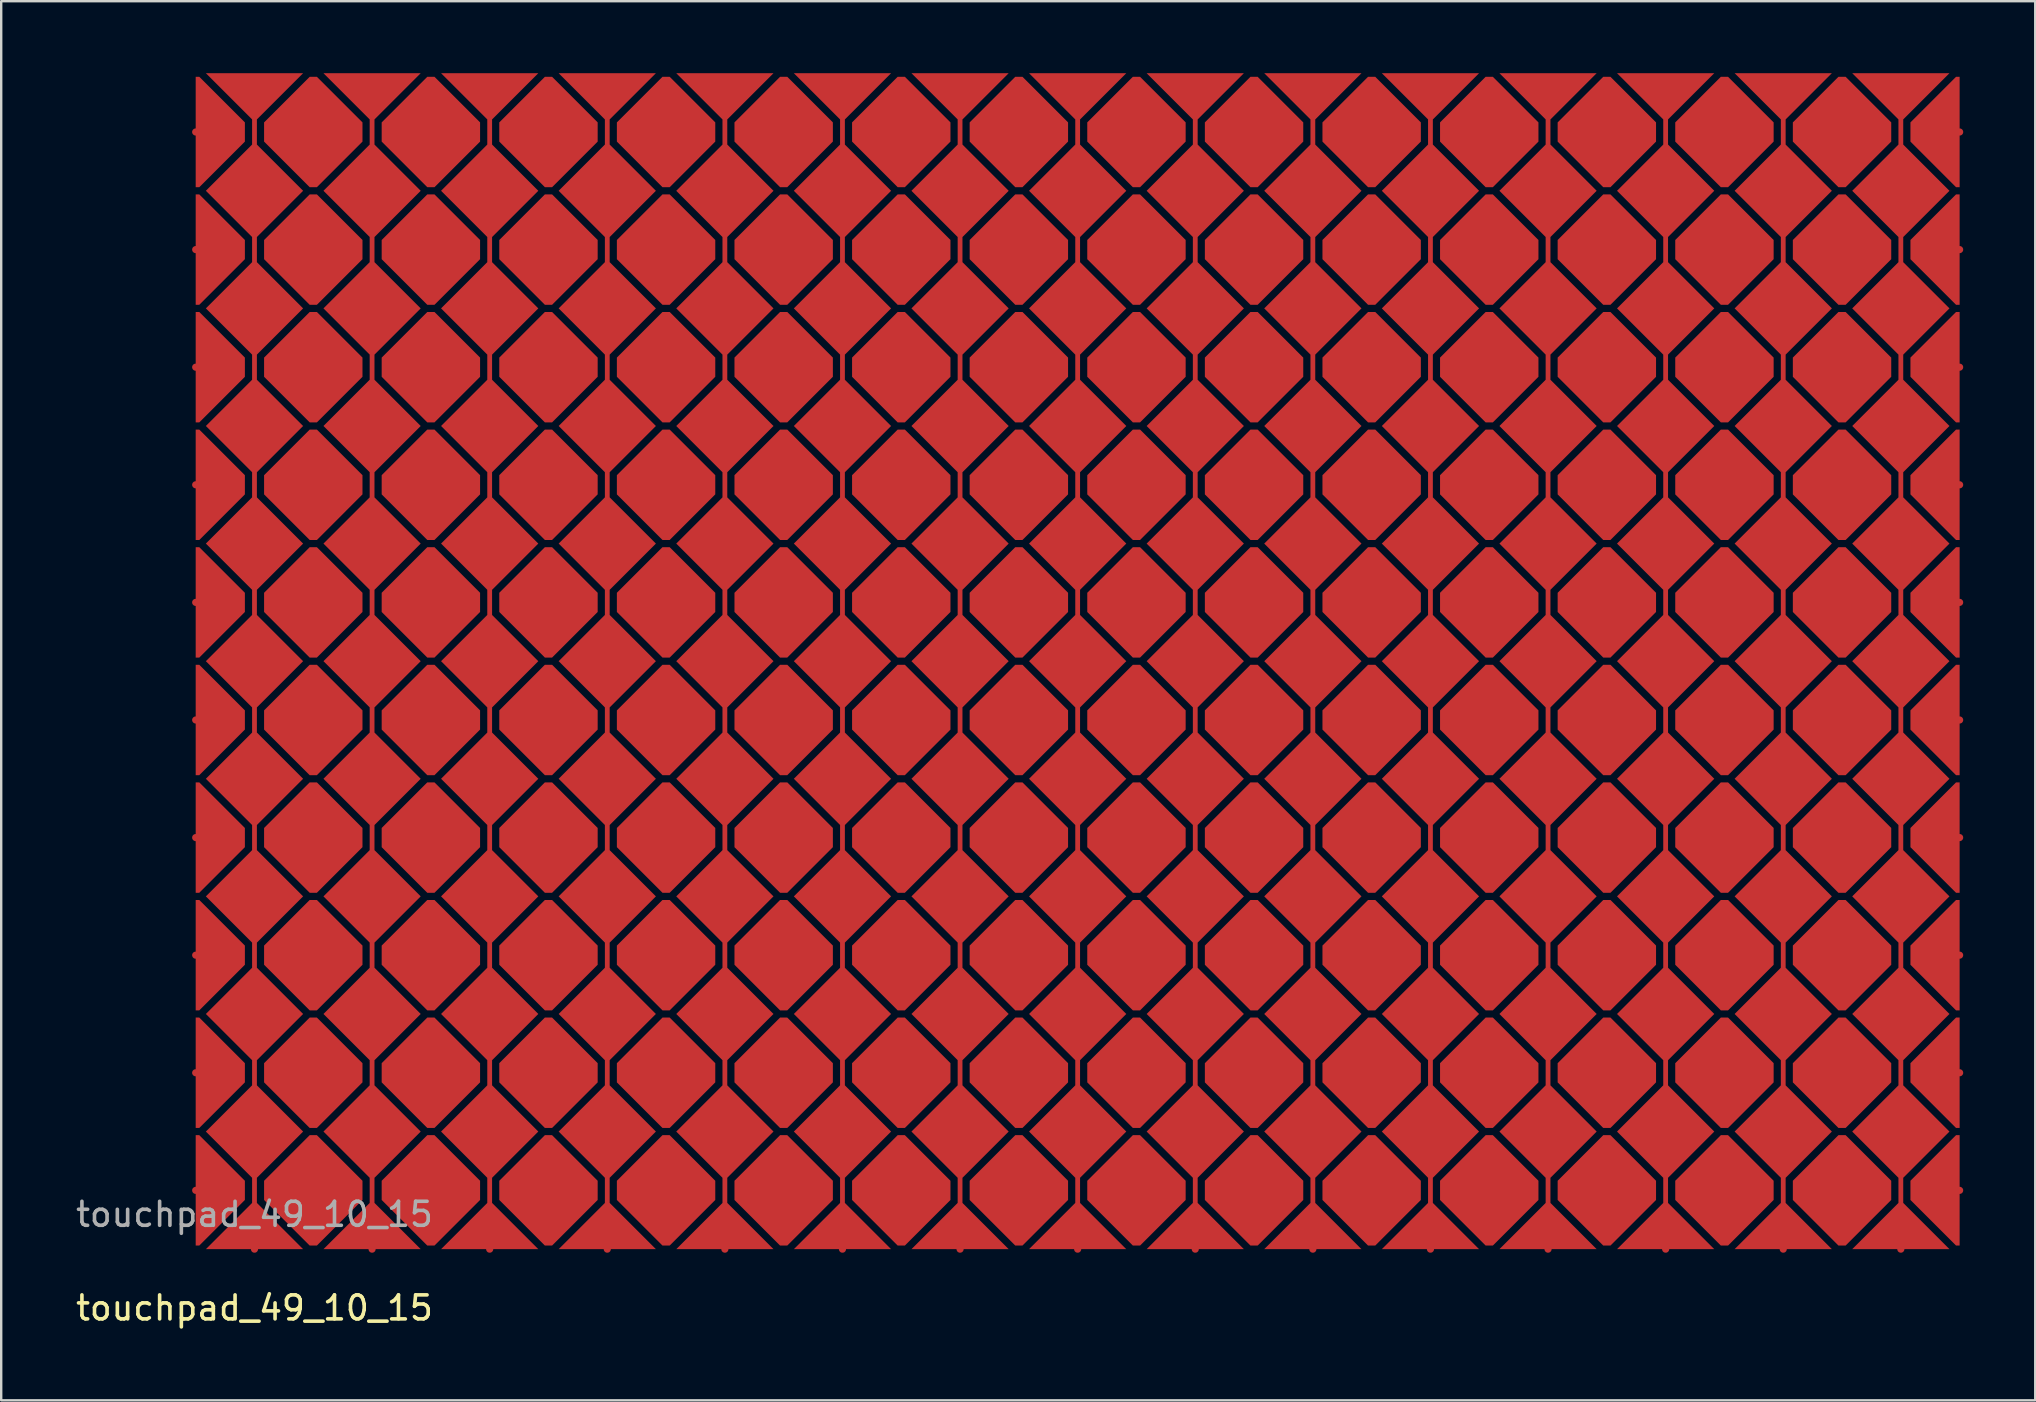
<source format=kicad_pcb>
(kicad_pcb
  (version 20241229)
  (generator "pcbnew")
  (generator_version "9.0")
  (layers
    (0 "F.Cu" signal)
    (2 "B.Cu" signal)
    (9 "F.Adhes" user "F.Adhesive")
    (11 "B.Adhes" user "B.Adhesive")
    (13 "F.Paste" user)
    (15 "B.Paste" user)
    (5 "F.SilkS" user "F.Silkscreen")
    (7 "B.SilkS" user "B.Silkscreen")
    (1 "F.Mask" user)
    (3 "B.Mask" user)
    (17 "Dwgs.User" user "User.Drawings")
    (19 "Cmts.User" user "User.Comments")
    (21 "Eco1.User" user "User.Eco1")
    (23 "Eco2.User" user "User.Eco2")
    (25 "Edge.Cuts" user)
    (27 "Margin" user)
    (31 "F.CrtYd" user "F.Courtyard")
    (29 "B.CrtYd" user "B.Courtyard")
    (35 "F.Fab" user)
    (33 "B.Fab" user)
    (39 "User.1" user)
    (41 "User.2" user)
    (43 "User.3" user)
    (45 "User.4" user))
  (footprint "touchpad_49_10_15"
    (layer "F.Cu")
    (at 7.554 46.55)
    (property "Reference" "touchpad_49_10_15" (at 0 4.9 0) (layer "F.SilkS") (effects (font (size 1 1) (thickness 0.15))))
    (attr smd)
    (fp_text user "${REFERENCE}" (at 0 1 0) (layer "F.Fab") (effects (font (size 1 1) (thickness 0.15))))
    (pad "1" smd custom (at -2.45 -44.1) (size 0.3 0.3) (layers "F.Cu") (options (anchor circle)) (primitives (gr_poly (pts (xy 0 2.3) (xy 0 -2.3) (xy 0.15 -2.3) (xy 2.05 -0.4) (xy 2.05 0.4) (xy 0.15 2.3)) (width 0) (fill yes))))
    (pad "1" smd custom (at 2.45 -44.1) (size 0.3 0.3) (layers "F.Cu") (options (anchor circle)) (primitives (gr_poly (pts (xy 2.05 -0.4) (xy 2.05 0.4) (xy 0.15 2.3) (xy -0.15 2.3) (xy -2.05 0.4) (xy -2.05 -0.4) (xy -0.15 -2.3) (xy 0.15 -2.3)) (width 0) (fill yes))))
    (pad "1" smd custom (at 7.35 -44.1) (size 0.3 0.3) (layers "F.Cu") (options (anchor circle)) (primitives (gr_poly (pts (xy 2.05 -0.4) (xy 2.05 0.4) (xy 0.15 2.3) (xy -0.15 2.3) (xy -2.05 0.4) (xy -2.05 -0.4) (xy -0.15 -2.3) (xy 0.15 -2.3)) (width 0) (fill yes))))
    (pad "1" smd custom (at 12.25 -44.1) (size 0.3 0.3) (layers "F.Cu") (options (anchor circle)) (primitives (gr_poly (pts (xy 2.05 -0.4) (xy 2.05 0.4) (xy 0.15 2.3) (xy -0.15 2.3) (xy -2.05 0.4) (xy -2.05 -0.4) (xy -0.15 -2.3) (xy 0.15 -2.3)) (width 0) (fill yes))))
    (pad "1" smd custom (at 17.15 -44.1) (size 0.3 0.3) (layers "F.Cu") (options (anchor circle)) (primitives (gr_poly (pts (xy 2.05 -0.4) (xy 2.05 0.4) (xy 0.15 2.3) (xy -0.15 2.3) (xy -2.05 0.4) (xy -2.05 -0.4) (xy -0.15 -2.3) (xy 0.15 -2.3)) (width 0) (fill yes))))
    (pad "1" smd custom (at 22.05 -44.1) (size 0.3 0.3) (layers "F.Cu") (options (anchor circle)) (primitives (gr_poly (pts (xy 2.05 -0.4) (xy 2.05 0.4) (xy 0.15 2.3) (xy -0.15 2.3) (xy -2.05 0.4) (xy -2.05 -0.4) (xy -0.15 -2.3) (xy 0.15 -2.3)) (width 0) (fill yes))))
    (pad "1" smd custom (at 26.95 -44.1) (size 0.3 0.3) (layers "F.Cu") (options (anchor circle)) (primitives (gr_poly (pts (xy 2.05 -0.4) (xy 2.05 0.4) (xy 0.15 2.3) (xy -0.15 2.3) (xy -2.05 0.4) (xy -2.05 -0.4) (xy -0.15 -2.3) (xy 0.15 -2.3)) (width 0) (fill yes))))
    (pad "1" smd custom (at 31.85 -44.1) (size 0.3 0.3) (layers "F.Cu") (options (anchor circle)) (primitives (gr_poly (pts (xy 2.05 -0.4) (xy 2.05 0.4) (xy 0.15 2.3) (xy -0.15 2.3) (xy -2.05 0.4) (xy -2.05 -0.4) (xy -0.15 -2.3) (xy 0.15 -2.3)) (width 0) (fill yes))))
    (pad "1" smd custom (at 36.75 -44.1) (size 0.3 0.3) (layers "F.Cu") (options (anchor circle)) (primitives (gr_poly (pts (xy 2.05 -0.4) (xy 2.05 0.4) (xy 0.15 2.3) (xy -0.15 2.3) (xy -2.05 0.4) (xy -2.05 -0.4) (xy -0.15 -2.3) (xy 0.15 -2.3)) (width 0) (fill yes))))
    (pad "1" smd custom (at 41.65 -44.1) (size 0.3 0.3) (layers "F.Cu") (options (anchor circle)) (primitives (gr_poly (pts (xy 2.05 -0.4) (xy 2.05 0.4) (xy 0.15 2.3) (xy -0.15 2.3) (xy -2.05 0.4) (xy -2.05 -0.4) (xy -0.15 -2.3) (xy 0.15 -2.3)) (width 0) (fill yes))))
    (pad "1" smd custom (at 46.55 -44.1) (size 0.3 0.3) (layers "F.Cu") (options (anchor circle)) (primitives (gr_poly (pts (xy 2.05 -0.4) (xy 2.05 0.4) (xy 0.15 2.3) (xy -0.15 2.3) (xy -2.05 0.4) (xy -2.05 -0.4) (xy -0.15 -2.3) (xy 0.15 -2.3)) (width 0) (fill yes))))
    (pad "1" smd custom (at 51.45 -44.1) (size 0.3 0.3) (layers "F.Cu") (options (anchor circle)) (primitives (gr_poly (pts (xy 2.05 -0.4) (xy 2.05 0.4) (xy 0.15 2.3) (xy -0.15 2.3) (xy -2.05 0.4) (xy -2.05 -0.4) (xy -0.15 -2.3) (xy 0.15 -2.3)) (width 0) (fill yes))))
    (pad "1" smd custom (at 56.35 -44.1) (size 0.3 0.3) (layers "F.Cu") (options (anchor circle)) (primitives (gr_poly (pts (xy 2.05 -0.4) (xy 2.05 0.4) (xy 0.15 2.3) (xy -0.15 2.3) (xy -2.05 0.4) (xy -2.05 -0.4) (xy -0.15 -2.3) (xy 0.15 -2.3)) (width 0) (fill yes))))
    (pad "1" smd custom (at 61.25 -44.1) (size 0.3 0.3) (layers "F.Cu") (options (anchor circle)) (primitives (gr_poly (pts (xy 2.05 -0.4) (xy 2.05 0.4) (xy 0.15 2.3) (xy -0.15 2.3) (xy -2.05 0.4) (xy -2.05 -0.4) (xy -0.15 -2.3) (xy 0.15 -2.3)) (width 0) (fill yes))))
    (pad "1" smd custom (at 66.15 -44.1) (size 0.3 0.3) (layers "F.Cu") (options (anchor circle)) (primitives (gr_poly (pts (xy 2.05 -0.4) (xy 2.05 0.4) (xy 0.15 2.3) (xy -0.15 2.3) (xy -2.05 0.4) (xy -2.05 -0.4) (xy -0.15 -2.3) (xy 0.15 -2.3)) (width 0) (fill yes))))
    (pad "1" smd custom (at 71.05 -44.1 180) (size 0.3 0.3) (layers "F.Cu") (options (anchor circle)) (primitives (gr_poly (pts (xy 0 2.3) (xy 0 -2.3) (xy 0.15 -2.3) (xy 2.05 -0.4) (xy 2.05 0.4) (xy 0.15 2.3)) (width 0) (fill yes))))
    (pad "2" smd custom (at -2.45 -39.2) (size 0.3 0.3) (layers "F.Cu") (options (anchor circle)) (primitives (gr_poly (pts (xy 0 2.3) (xy 0 -2.3) (xy 0.15 -2.3) (xy 2.05 -0.4) (xy 2.05 0.4) (xy 0.15 2.3)) (width 0) (fill yes))))
    (pad "2" smd custom (at 2.45 -39.2) (size 0.3 0.3) (layers "F.Cu") (options (anchor circle)) (primitives (gr_poly (pts (xy 2.05 -0.4) (xy 2.05 0.4) (xy 0.15 2.3) (xy -0.15 2.3) (xy -2.05 0.4) (xy -2.05 -0.4) (xy -0.15 -2.3) (xy 0.15 -2.3)) (width 0) (fill yes))))
    (pad "2" smd custom (at 7.35 -39.2) (size 0.3 0.3) (layers "F.Cu") (options (anchor circle)) (primitives (gr_poly (pts (xy 2.05 -0.4) (xy 2.05 0.4) (xy 0.15 2.3) (xy -0.15 2.3) (xy -2.05 0.4) (xy -2.05 -0.4) (xy -0.15 -2.3) (xy 0.15 -2.3)) (width 0) (fill yes))))
    (pad "2" smd custom (at 12.25 -39.2) (size 0.3 0.3) (layers "F.Cu") (options (anchor circle)) (primitives (gr_poly (pts (xy 2.05 -0.4) (xy 2.05 0.4) (xy 0.15 2.3) (xy -0.15 2.3) (xy -2.05 0.4) (xy -2.05 -0.4) (xy -0.15 -2.3) (xy 0.15 -2.3)) (width 0) (fill yes))))
    (pad "2" smd custom (at 17.15 -39.2) (size 0.3 0.3) (layers "F.Cu") (options (anchor circle)) (primitives (gr_poly (pts (xy 2.05 -0.4) (xy 2.05 0.4) (xy 0.15 2.3) (xy -0.15 2.3) (xy -2.05 0.4) (xy -2.05 -0.4) (xy -0.15 -2.3) (xy 0.15 -2.3)) (width 0) (fill yes))))
    (pad "2" smd custom (at 22.05 -39.2) (size 0.3 0.3) (layers "F.Cu") (options (anchor circle)) (primitives (gr_poly (pts (xy 2.05 -0.4) (xy 2.05 0.4) (xy 0.15 2.3) (xy -0.15 2.3) (xy -2.05 0.4) (xy -2.05 -0.4) (xy -0.15 -2.3) (xy 0.15 -2.3)) (width 0) (fill yes))))
    (pad "2" smd custom (at 26.95 -39.2) (size 0.3 0.3) (layers "F.Cu") (options (anchor circle)) (primitives (gr_poly (pts (xy 2.05 -0.4) (xy 2.05 0.4) (xy 0.15 2.3) (xy -0.15 2.3) (xy -2.05 0.4) (xy -2.05 -0.4) (xy -0.15 -2.3) (xy 0.15 -2.3)) (width 0) (fill yes))))
    (pad "2" smd custom (at 31.85 -39.2) (size 0.3 0.3) (layers "F.Cu") (options (anchor circle)) (primitives (gr_poly (pts (xy 2.05 -0.4) (xy 2.05 0.4) (xy 0.15 2.3) (xy -0.15 2.3) (xy -2.05 0.4) (xy -2.05 -0.4) (xy -0.15 -2.3) (xy 0.15 -2.3)) (width 0) (fill yes))))
    (pad "2" smd custom (at 36.75 -39.2) (size 0.3 0.3) (layers "F.Cu") (options (anchor circle)) (primitives (gr_poly (pts (xy 2.05 -0.4) (xy 2.05 0.4) (xy 0.15 2.3) (xy -0.15 2.3) (xy -2.05 0.4) (xy -2.05 -0.4) (xy -0.15 -2.3) (xy 0.15 -2.3)) (width 0) (fill yes))))
    (pad "2" smd custom (at 41.65 -39.2) (size 0.3 0.3) (layers "F.Cu") (options (anchor circle)) (primitives (gr_poly (pts (xy 2.05 -0.4) (xy 2.05 0.4) (xy 0.15 2.3) (xy -0.15 2.3) (xy -2.05 0.4) (xy -2.05 -0.4) (xy -0.15 -2.3) (xy 0.15 -2.3)) (width 0) (fill yes))))
    (pad "2" smd custom (at 46.55 -39.2) (size 0.3 0.3) (layers "F.Cu") (options (anchor circle)) (primitives (gr_poly (pts (xy 2.05 -0.4) (xy 2.05 0.4) (xy 0.15 2.3) (xy -0.15 2.3) (xy -2.05 0.4) (xy -2.05 -0.4) (xy -0.15 -2.3) (xy 0.15 -2.3)) (width 0) (fill yes))))
    (pad "2" smd custom (at 51.45 -39.2) (size 0.3 0.3) (layers "F.Cu") (options (anchor circle)) (primitives (gr_poly (pts (xy 2.05 -0.4) (xy 2.05 0.4) (xy 0.15 2.3) (xy -0.15 2.3) (xy -2.05 0.4) (xy -2.05 -0.4) (xy -0.15 -2.3) (xy 0.15 -2.3)) (width 0) (fill yes))))
    (pad "2" smd custom (at 56.35 -39.2) (size 0.3 0.3) (layers "F.Cu") (options (anchor circle)) (primitives (gr_poly (pts (xy 2.05 -0.4) (xy 2.05 0.4) (xy 0.15 2.3) (xy -0.15 2.3) (xy -2.05 0.4) (xy -2.05 -0.4) (xy -0.15 -2.3) (xy 0.15 -2.3)) (width 0) (fill yes))))
    (pad "2" smd custom (at 61.25 -39.2) (size 0.3 0.3) (layers "F.Cu") (options (anchor circle)) (primitives (gr_poly (pts (xy 2.05 -0.4) (xy 2.05 0.4) (xy 0.15 2.3) (xy -0.15 2.3) (xy -2.05 0.4) (xy -2.05 -0.4) (xy -0.15 -2.3) (xy 0.15 -2.3)) (width 0) (fill yes))))
    (pad "2" smd custom (at 66.15 -39.2) (size 0.3 0.3) (layers "F.Cu") (options (anchor circle)) (primitives (gr_poly (pts (xy 2.05 -0.4) (xy 2.05 0.4) (xy 0.15 2.3) (xy -0.15 2.3) (xy -2.05 0.4) (xy -2.05 -0.4) (xy -0.15 -2.3) (xy 0.15 -2.3)) (width 0) (fill yes))))
    (pad "2" smd custom (at 71.05 -39.2 180) (size 0.3 0.3) (layers "F.Cu") (options (anchor circle)) (primitives (gr_poly (pts (xy 0 2.3) (xy 0 -2.3) (xy 0.15 -2.3) (xy 2.05 -0.4) (xy 2.05 0.4) (xy 0.15 2.3)) (width 0) (fill yes))))
    (pad "3" smd custom (at -2.45 -34.3) (size 0.3 0.3) (layers "F.Cu") (options (anchor circle)) (primitives (gr_poly (pts (xy 0 2.3) (xy 0 -2.3) (xy 0.15 -2.3) (xy 2.05 -0.4) (xy 2.05 0.4) (xy 0.15 2.3)) (width 0) (fill yes))))
    (pad "3" smd custom (at 2.45 -34.3) (size 0.3 0.3) (layers "F.Cu") (options (anchor circle)) (primitives (gr_poly (pts (xy 2.05 -0.4) (xy 2.05 0.4) (xy 0.15 2.3) (xy -0.15 2.3) (xy -2.05 0.4) (xy -2.05 -0.4) (xy -0.15 -2.3) (xy 0.15 -2.3)) (width 0) (fill yes))))
    (pad "3" smd custom (at 7.35 -34.3) (size 0.3 0.3) (layers "F.Cu") (options (anchor circle)) (primitives (gr_poly (pts (xy 2.05 -0.4) (xy 2.05 0.4) (xy 0.15 2.3) (xy -0.15 2.3) (xy -2.05 0.4) (xy -2.05 -0.4) (xy -0.15 -2.3) (xy 0.15 -2.3)) (width 0) (fill yes))))
    (pad "3" smd custom (at 12.25 -34.3) (size 0.3 0.3) (layers "F.Cu") (options (anchor circle)) (primitives (gr_poly (pts (xy 2.05 -0.4) (xy 2.05 0.4) (xy 0.15 2.3) (xy -0.15 2.3) (xy -2.05 0.4) (xy -2.05 -0.4) (xy -0.15 -2.3) (xy 0.15 -2.3)) (width 0) (fill yes))))
    (pad "3" smd custom (at 17.15 -34.3) (size 0.3 0.3) (layers "F.Cu") (options (anchor circle)) (primitives (gr_poly (pts (xy 2.05 -0.4) (xy 2.05 0.4) (xy 0.15 2.3) (xy -0.15 2.3) (xy -2.05 0.4) (xy -2.05 -0.4) (xy -0.15 -2.3) (xy 0.15 -2.3)) (width 0) (fill yes))))
    (pad "3" smd custom (at 22.05 -34.3) (size 0.3 0.3) (layers "F.Cu") (options (anchor circle)) (primitives (gr_poly (pts (xy 2.05 -0.4) (xy 2.05 0.4) (xy 0.15 2.3) (xy -0.15 2.3) (xy -2.05 0.4) (xy -2.05 -0.4) (xy -0.15 -2.3) (xy 0.15 -2.3)) (width 0) (fill yes))))
    (pad "3" smd custom (at 26.95 -34.3) (size 0.3 0.3) (layers "F.Cu") (options (anchor circle)) (primitives (gr_poly (pts (xy 2.05 -0.4) (xy 2.05 0.4) (xy 0.15 2.3) (xy -0.15 2.3) (xy -2.05 0.4) (xy -2.05 -0.4) (xy -0.15 -2.3) (xy 0.15 -2.3)) (width 0) (fill yes))))
    (pad "3" smd custom (at 31.85 -34.3) (size 0.3 0.3) (layers "F.Cu") (options (anchor circle)) (primitives (gr_poly (pts (xy 2.05 -0.4) (xy 2.05 0.4) (xy 0.15 2.3) (xy -0.15 2.3) (xy -2.05 0.4) (xy -2.05 -0.4) (xy -0.15 -2.3) (xy 0.15 -2.3)) (width 0) (fill yes))))
    (pad "3" smd custom (at 36.75 -34.3) (size 0.3 0.3) (layers "F.Cu") (options (anchor circle)) (primitives (gr_poly (pts (xy 2.05 -0.4) (xy 2.05 0.4) (xy 0.15 2.3) (xy -0.15 2.3) (xy -2.05 0.4) (xy -2.05 -0.4) (xy -0.15 -2.3) (xy 0.15 -2.3)) (width 0) (fill yes))))
    (pad "3" smd custom (at 41.65 -34.3) (size 0.3 0.3) (layers "F.Cu") (options (anchor circle)) (primitives (gr_poly (pts (xy 2.05 -0.4) (xy 2.05 0.4) (xy 0.15 2.3) (xy -0.15 2.3) (xy -2.05 0.4) (xy -2.05 -0.4) (xy -0.15 -2.3) (xy 0.15 -2.3)) (width 0) (fill yes))))
    (pad "3" smd custom (at 46.55 -34.3) (size 0.3 0.3) (layers "F.Cu") (options (anchor circle)) (primitives (gr_poly (pts (xy 2.05 -0.4) (xy 2.05 0.4) (xy 0.15 2.3) (xy -0.15 2.3) (xy -2.05 0.4) (xy -2.05 -0.4) (xy -0.15 -2.3) (xy 0.15 -2.3)) (width 0) (fill yes))))
    (pad "3" smd custom (at 51.45 -34.3) (size 0.3 0.3) (layers "F.Cu") (options (anchor circle)) (primitives (gr_poly (pts (xy 2.05 -0.4) (xy 2.05 0.4) (xy 0.15 2.3) (xy -0.15 2.3) (xy -2.05 0.4) (xy -2.05 -0.4) (xy -0.15 -2.3) (xy 0.15 -2.3)) (width 0) (fill yes))))
    (pad "3" smd custom (at 56.35 -34.3) (size 0.3 0.3) (layers "F.Cu") (options (anchor circle)) (primitives (gr_poly (pts (xy 2.05 -0.4) (xy 2.05 0.4) (xy 0.15 2.3) (xy -0.15 2.3) (xy -2.05 0.4) (xy -2.05 -0.4) (xy -0.15 -2.3) (xy 0.15 -2.3)) (width 0) (fill yes))))
    (pad "3" smd custom (at 61.25 -34.3) (size 0.3 0.3) (layers "F.Cu") (options (anchor circle)) (primitives (gr_poly (pts (xy 2.05 -0.4) (xy 2.05 0.4) (xy 0.15 2.3) (xy -0.15 2.3) (xy -2.05 0.4) (xy -2.05 -0.4) (xy -0.15 -2.3) (xy 0.15 -2.3)) (width 0) (fill yes))))
    (pad "3" smd custom (at 66.15 -34.3) (size 0.3 0.3) (layers "F.Cu") (options (anchor circle)) (primitives (gr_poly (pts (xy 2.05 -0.4) (xy 2.05 0.4) (xy 0.15 2.3) (xy -0.15 2.3) (xy -2.05 0.4) (xy -2.05 -0.4) (xy -0.15 -2.3) (xy 0.15 -2.3)) (width 0) (fill yes))))
    (pad "3" smd custom (at 71.05 -34.3 180) (size 0.3 0.3) (layers "F.Cu") (options (anchor circle)) (primitives (gr_poly (pts (xy 0 2.3) (xy 0 -2.3) (xy 0.15 -2.3) (xy 2.05 -0.4) (xy 2.05 0.4) (xy 0.15 2.3)) (width 0) (fill yes))))
    (pad "4" smd custom (at -2.45 -29.4) (size 0.3 0.3) (layers "F.Cu") (options (anchor circle)) (primitives (gr_poly (pts (xy 0 2.3) (xy 0 -2.3) (xy 0.15 -2.3) (xy 2.05 -0.4) (xy 2.05 0.4) (xy 0.15 2.3)) (width 0) (fill yes))))
    (pad "4" smd custom (at 2.45 -29.4) (size 0.3 0.3) (layers "F.Cu") (options (anchor circle)) (primitives (gr_poly (pts (xy 2.05 -0.4) (xy 2.05 0.4) (xy 0.15 2.3) (xy -0.15 2.3) (xy -2.05 0.4) (xy -2.05 -0.4) (xy -0.15 -2.3) (xy 0.15 -2.3)) (width 0) (fill yes))))
    (pad "4" smd custom (at 7.35 -29.4) (size 0.3 0.3) (layers "F.Cu") (options (anchor circle)) (primitives (gr_poly (pts (xy 2.05 -0.4) (xy 2.05 0.4) (xy 0.15 2.3) (xy -0.15 2.3) (xy -2.05 0.4) (xy -2.05 -0.4) (xy -0.15 -2.3) (xy 0.15 -2.3)) (width 0) (fill yes))))
    (pad "4" smd custom (at 12.25 -29.4) (size 0.3 0.3) (layers "F.Cu") (options (anchor circle)) (primitives (gr_poly (pts (xy 2.05 -0.4) (xy 2.05 0.4) (xy 0.15 2.3) (xy -0.15 2.3) (xy -2.05 0.4) (xy -2.05 -0.4) (xy -0.15 -2.3) (xy 0.15 -2.3)) (width 0) (fill yes))))
    (pad "4" smd custom (at 17.15 -29.4) (size 0.3 0.3) (layers "F.Cu") (options (anchor circle)) (primitives (gr_poly (pts (xy 2.05 -0.4) (xy 2.05 0.4) (xy 0.15 2.3) (xy -0.15 2.3) (xy -2.05 0.4) (xy -2.05 -0.4) (xy -0.15 -2.3) (xy 0.15 -2.3)) (width 0) (fill yes))))
    (pad "4" smd custom (at 22.05 -29.4) (size 0.3 0.3) (layers "F.Cu") (options (anchor circle)) (primitives (gr_poly (pts (xy 2.05 -0.4) (xy 2.05 0.4) (xy 0.15 2.3) (xy -0.15 2.3) (xy -2.05 0.4) (xy -2.05 -0.4) (xy -0.15 -2.3) (xy 0.15 -2.3)) (width 0) (fill yes))))
    (pad "4" smd custom (at 26.95 -29.4) (size 0.3 0.3) (layers "F.Cu") (options (anchor circle)) (primitives (gr_poly (pts (xy 2.05 -0.4) (xy 2.05 0.4) (xy 0.15 2.3) (xy -0.15 2.3) (xy -2.05 0.4) (xy -2.05 -0.4) (xy -0.15 -2.3) (xy 0.15 -2.3)) (width 0) (fill yes))))
    (pad "4" smd custom (at 31.85 -29.4) (size 0.3 0.3) (layers "F.Cu") (options (anchor circle)) (primitives (gr_poly (pts (xy 2.05 -0.4) (xy 2.05 0.4) (xy 0.15 2.3) (xy -0.15 2.3) (xy -2.05 0.4) (xy -2.05 -0.4) (xy -0.15 -2.3) (xy 0.15 -2.3)) (width 0) (fill yes))))
    (pad "4" smd custom (at 36.75 -29.4) (size 0.3 0.3) (layers "F.Cu") (options (anchor circle)) (primitives (gr_poly (pts (xy 2.05 -0.4) (xy 2.05 0.4) (xy 0.15 2.3) (xy -0.15 2.3) (xy -2.05 0.4) (xy -2.05 -0.4) (xy -0.15 -2.3) (xy 0.15 -2.3)) (width 0) (fill yes))))
    (pad "4" smd custom (at 41.65 -29.4) (size 0.3 0.3) (layers "F.Cu") (options (anchor circle)) (primitives (gr_poly (pts (xy 2.05 -0.4) (xy 2.05 0.4) (xy 0.15 2.3) (xy -0.15 2.3) (xy -2.05 0.4) (xy -2.05 -0.4) (xy -0.15 -2.3) (xy 0.15 -2.3)) (width 0) (fill yes))))
    (pad "4" smd custom (at 46.55 -29.4) (size 0.3 0.3) (layers "F.Cu") (options (anchor circle)) (primitives (gr_poly (pts (xy 2.05 -0.4) (xy 2.05 0.4) (xy 0.15 2.3) (xy -0.15 2.3) (xy -2.05 0.4) (xy -2.05 -0.4) (xy -0.15 -2.3) (xy 0.15 -2.3)) (width 0) (fill yes))))
    (pad "4" smd custom (at 51.45 -29.4) (size 0.3 0.3) (layers "F.Cu") (options (anchor circle)) (primitives (gr_poly (pts (xy 2.05 -0.4) (xy 2.05 0.4) (xy 0.15 2.3) (xy -0.15 2.3) (xy -2.05 0.4) (xy -2.05 -0.4) (xy -0.15 -2.3) (xy 0.15 -2.3)) (width 0) (fill yes))))
    (pad "4" smd custom (at 56.35 -29.4) (size 0.3 0.3) (layers "F.Cu") (options (anchor circle)) (primitives (gr_poly (pts (xy 2.05 -0.4) (xy 2.05 0.4) (xy 0.15 2.3) (xy -0.15 2.3) (xy -2.05 0.4) (xy -2.05 -0.4) (xy -0.15 -2.3) (xy 0.15 -2.3)) (width 0) (fill yes))))
    (pad "4" smd custom (at 61.25 -29.4) (size 0.3 0.3) (layers "F.Cu") (options (anchor circle)) (primitives (gr_poly (pts (xy 2.05 -0.4) (xy 2.05 0.4) (xy 0.15 2.3) (xy -0.15 2.3) (xy -2.05 0.4) (xy -2.05 -0.4) (xy -0.15 -2.3) (xy 0.15 -2.3)) (width 0) (fill yes))))
    (pad "4" smd custom (at 66.15 -29.4) (size 0.3 0.3) (layers "F.Cu") (options (anchor circle)) (primitives (gr_poly (pts (xy 2.05 -0.4) (xy 2.05 0.4) (xy 0.15 2.3) (xy -0.15 2.3) (xy -2.05 0.4) (xy -2.05 -0.4) (xy -0.15 -2.3) (xy 0.15 -2.3)) (width 0) (fill yes))))
    (pad "4" smd custom (at 71.05 -29.4 180) (size 0.3 0.3) (layers "F.Cu") (options (anchor circle)) (primitives (gr_poly (pts (xy 0 2.3) (xy 0 -2.3) (xy 0.15 -2.3) (xy 2.05 -0.4) (xy 2.05 0.4) (xy 0.15 2.3)) (width 0) (fill yes))))
    (pad "5" smd custom (at -2.45 -24.5) (size 0.3 0.3) (layers "F.Cu") (options (anchor circle)) (primitives (gr_poly (pts (xy 0 2.3) (xy 0 -2.3) (xy 0.15 -2.3) (xy 2.05 -0.4) (xy 2.05 0.4) (xy 0.15 2.3)) (width 0) (fill yes))))
    (pad "5" smd custom (at 2.45 -24.5) (size 0.3 0.3) (layers "F.Cu") (options (anchor circle)) (primitives (gr_poly (pts (xy 2.05 -0.4) (xy 2.05 0.4) (xy 0.15 2.3) (xy -0.15 2.3) (xy -2.05 0.4) (xy -2.05 -0.4) (xy -0.15 -2.3) (xy 0.15 -2.3)) (width 0) (fill yes))))
    (pad "5" smd custom (at 7.35 -24.5) (size 0.3 0.3) (layers "F.Cu") (options (anchor circle)) (primitives (gr_poly (pts (xy 2.05 -0.4) (xy 2.05 0.4) (xy 0.15 2.3) (xy -0.15 2.3) (xy -2.05 0.4) (xy -2.05 -0.4) (xy -0.15 -2.3) (xy 0.15 -2.3)) (width 0) (fill yes))))
    (pad "5" smd custom (at 12.25 -24.5) (size 0.3 0.3) (layers "F.Cu") (options (anchor circle)) (primitives (gr_poly (pts (xy 2.05 -0.4) (xy 2.05 0.4) (xy 0.15 2.3) (xy -0.15 2.3) (xy -2.05 0.4) (xy -2.05 -0.4) (xy -0.15 -2.3) (xy 0.15 -2.3)) (width 0) (fill yes))))
    (pad "5" smd custom (at 17.15 -24.5) (size 0.3 0.3) (layers "F.Cu") (options (anchor circle)) (primitives (gr_poly (pts (xy 2.05 -0.4) (xy 2.05 0.4) (xy 0.15 2.3) (xy -0.15 2.3) (xy -2.05 0.4) (xy -2.05 -0.4) (xy -0.15 -2.3) (xy 0.15 -2.3)) (width 0) (fill yes))))
    (pad "5" smd custom (at 22.05 -24.5) (size 0.3 0.3) (layers "F.Cu") (options (anchor circle)) (primitives (gr_poly (pts (xy 2.05 -0.4) (xy 2.05 0.4) (xy 0.15 2.3) (xy -0.15 2.3) (xy -2.05 0.4) (xy -2.05 -0.4) (xy -0.15 -2.3) (xy 0.15 -2.3)) (width 0) (fill yes))))
    (pad "5" smd custom (at 26.95 -24.5) (size 0.3 0.3) (layers "F.Cu") (options (anchor circle)) (primitives (gr_poly (pts (xy 2.05 -0.4) (xy 2.05 0.4) (xy 0.15 2.3) (xy -0.15 2.3) (xy -2.05 0.4) (xy -2.05 -0.4) (xy -0.15 -2.3) (xy 0.15 -2.3)) (width 0) (fill yes))))
    (pad "5" smd custom (at 31.85 -24.5) (size 0.3 0.3) (layers "F.Cu") (options (anchor circle)) (primitives (gr_poly (pts (xy 2.05 -0.4) (xy 2.05 0.4) (xy 0.15 2.3) (xy -0.15 2.3) (xy -2.05 0.4) (xy -2.05 -0.4) (xy -0.15 -2.3) (xy 0.15 -2.3)) (width 0) (fill yes))))
    (pad "5" smd custom (at 36.75 -24.5) (size 0.3 0.3) (layers "F.Cu") (options (anchor circle)) (primitives (gr_poly (pts (xy 2.05 -0.4) (xy 2.05 0.4) (xy 0.15 2.3) (xy -0.15 2.3) (xy -2.05 0.4) (xy -2.05 -0.4) (xy -0.15 -2.3) (xy 0.15 -2.3)) (width 0) (fill yes))))
    (pad "5" smd custom (at 41.65 -24.5) (size 0.3 0.3) (layers "F.Cu") (options (anchor circle)) (primitives (gr_poly (pts (xy 2.05 -0.4) (xy 2.05 0.4) (xy 0.15 2.3) (xy -0.15 2.3) (xy -2.05 0.4) (xy -2.05 -0.4) (xy -0.15 -2.3) (xy 0.15 -2.3)) (width 0) (fill yes))))
    (pad "5" smd custom (at 46.55 -24.5) (size 0.3 0.3) (layers "F.Cu") (options (anchor circle)) (primitives (gr_poly (pts (xy 2.05 -0.4) (xy 2.05 0.4) (xy 0.15 2.3) (xy -0.15 2.3) (xy -2.05 0.4) (xy -2.05 -0.4) (xy -0.15 -2.3) (xy 0.15 -2.3)) (width 0) (fill yes))))
    (pad "5" smd custom (at 51.45 -24.5) (size 0.3 0.3) (layers "F.Cu") (options (anchor circle)) (primitives (gr_poly (pts (xy 2.05 -0.4) (xy 2.05 0.4) (xy 0.15 2.3) (xy -0.15 2.3) (xy -2.05 0.4) (xy -2.05 -0.4) (xy -0.15 -2.3) (xy 0.15 -2.3)) (width 0) (fill yes))))
    (pad "5" smd custom (at 56.35 -24.5) (size 0.3 0.3) (layers "F.Cu") (options (anchor circle)) (primitives (gr_poly (pts (xy 2.05 -0.4) (xy 2.05 0.4) (xy 0.15 2.3) (xy -0.15 2.3) (xy -2.05 0.4) (xy -2.05 -0.4) (xy -0.15 -2.3) (xy 0.15 -2.3)) (width 0) (fill yes))))
    (pad "5" smd custom (at 61.25 -24.5) (size 0.3 0.3) (layers "F.Cu") (options (anchor circle)) (primitives (gr_poly (pts (xy 2.05 -0.4) (xy 2.05 0.4) (xy 0.15 2.3) (xy -0.15 2.3) (xy -2.05 0.4) (xy -2.05 -0.4) (xy -0.15 -2.3) (xy 0.15 -2.3)) (width 0) (fill yes))))
    (pad "5" smd custom (at 66.15 -24.5) (size 0.3 0.3) (layers "F.Cu") (options (anchor circle)) (primitives (gr_poly (pts (xy 2.05 -0.4) (xy 2.05 0.4) (xy 0.15 2.3) (xy -0.15 2.3) (xy -2.05 0.4) (xy -2.05 -0.4) (xy -0.15 -2.3) (xy 0.15 -2.3)) (width 0) (fill yes))))
    (pad "5" smd custom (at 71.05 -24.5 180) (size 0.3 0.3) (layers "F.Cu") (options (anchor circle)) (primitives (gr_poly (pts (xy 0 2.3) (xy 0 -2.3) (xy 0.15 -2.3) (xy 2.05 -0.4) (xy 2.05 0.4) (xy 0.15 2.3)) (width 0) (fill yes))))
    (pad "6" smd custom (at -2.45 -19.6) (size 0.3 0.3) (layers "F.Cu") (options (anchor circle)) (primitives (gr_poly (pts (xy 0 2.3) (xy 0 -2.3) (xy 0.15 -2.3) (xy 2.05 -0.4) (xy 2.05 0.4) (xy 0.15 2.3)) (width 0) (fill yes))))
    (pad "6" smd custom (at 2.45 -19.6) (size 0.3 0.3) (layers "F.Cu") (options (anchor circle)) (primitives (gr_poly (pts (xy 2.05 -0.4) (xy 2.05 0.4) (xy 0.15 2.3) (xy -0.15 2.3) (xy -2.05 0.4) (xy -2.05 -0.4) (xy -0.15 -2.3) (xy 0.15 -2.3)) (width 0) (fill yes))))
    (pad "6" smd custom (at 7.35 -19.6) (size 0.3 0.3) (layers "F.Cu") (options (anchor circle)) (primitives (gr_poly (pts (xy 2.05 -0.4) (xy 2.05 0.4) (xy 0.15 2.3) (xy -0.15 2.3) (xy -2.05 0.4) (xy -2.05 -0.4) (xy -0.15 -2.3) (xy 0.15 -2.3)) (width 0) (fill yes))))
    (pad "6" smd custom (at 12.25 -19.6) (size 0.3 0.3) (layers "F.Cu") (options (anchor circle)) (primitives (gr_poly (pts (xy 2.05 -0.4) (xy 2.05 0.4) (xy 0.15 2.3) (xy -0.15 2.3) (xy -2.05 0.4) (xy -2.05 -0.4) (xy -0.15 -2.3) (xy 0.15 -2.3)) (width 0) (fill yes))))
    (pad "6" smd custom (at 17.15 -19.6) (size 0.3 0.3) (layers "F.Cu") (options (anchor circle)) (primitives (gr_poly (pts (xy 2.05 -0.4) (xy 2.05 0.4) (xy 0.15 2.3) (xy -0.15 2.3) (xy -2.05 0.4) (xy -2.05 -0.4) (xy -0.15 -2.3) (xy 0.15 -2.3)) (width 0) (fill yes))))
    (pad "6" smd custom (at 22.05 -19.6) (size 0.3 0.3) (layers "F.Cu") (options (anchor circle)) (primitives (gr_poly (pts (xy 2.05 -0.4) (xy 2.05 0.4) (xy 0.15 2.3) (xy -0.15 2.3) (xy -2.05 0.4) (xy -2.05 -0.4) (xy -0.15 -2.3) (xy 0.15 -2.3)) (width 0) (fill yes))))
    (pad "6" smd custom (at 26.95 -19.6) (size 0.3 0.3) (layers "F.Cu") (options (anchor circle)) (primitives (gr_poly (pts (xy 2.05 -0.4) (xy 2.05 0.4) (xy 0.15 2.3) (xy -0.15 2.3) (xy -2.05 0.4) (xy -2.05 -0.4) (xy -0.15 -2.3) (xy 0.15 -2.3)) (width 0) (fill yes))))
    (pad "6" smd custom (at 31.85 -19.6) (size 0.3 0.3) (layers "F.Cu") (options (anchor circle)) (primitives (gr_poly (pts (xy 2.05 -0.4) (xy 2.05 0.4) (xy 0.15 2.3) (xy -0.15 2.3) (xy -2.05 0.4) (xy -2.05 -0.4) (xy -0.15 -2.3) (xy 0.15 -2.3)) (width 0) (fill yes))))
    (pad "6" smd custom (at 36.75 -19.6) (size 0.3 0.3) (layers "F.Cu") (options (anchor circle)) (primitives (gr_poly (pts (xy 2.05 -0.4) (xy 2.05 0.4) (xy 0.15 2.3) (xy -0.15 2.3) (xy -2.05 0.4) (xy -2.05 -0.4) (xy -0.15 -2.3) (xy 0.15 -2.3)) (width 0) (fill yes))))
    (pad "6" smd custom (at 41.65 -19.6) (size 0.3 0.3) (layers "F.Cu") (options (anchor circle)) (primitives (gr_poly (pts (xy 2.05 -0.4) (xy 2.05 0.4) (xy 0.15 2.3) (xy -0.15 2.3) (xy -2.05 0.4) (xy -2.05 -0.4) (xy -0.15 -2.3) (xy 0.15 -2.3)) (width 0) (fill yes))))
    (pad "6" smd custom (at 46.55 -19.6) (size 0.3 0.3) (layers "F.Cu") (options (anchor circle)) (primitives (gr_poly (pts (xy 2.05 -0.4) (xy 2.05 0.4) (xy 0.15 2.3) (xy -0.15 2.3) (xy -2.05 0.4) (xy -2.05 -0.4) (xy -0.15 -2.3) (xy 0.15 -2.3)) (width 0) (fill yes))))
    (pad "6" smd custom (at 51.45 -19.6) (size 0.3 0.3) (layers "F.Cu") (options (anchor circle)) (primitives (gr_poly (pts (xy 2.05 -0.4) (xy 2.05 0.4) (xy 0.15 2.3) (xy -0.15 2.3) (xy -2.05 0.4) (xy -2.05 -0.4) (xy -0.15 -2.3) (xy 0.15 -2.3)) (width 0) (fill yes))))
    (pad "6" smd custom (at 56.35 -19.6) (size 0.3 0.3) (layers "F.Cu") (options (anchor circle)) (primitives (gr_poly (pts (xy 2.05 -0.4) (xy 2.05 0.4) (xy 0.15 2.3) (xy -0.15 2.3) (xy -2.05 0.4) (xy -2.05 -0.4) (xy -0.15 -2.3) (xy 0.15 -2.3)) (width 0) (fill yes))))
    (pad "6" smd custom (at 61.25 -19.6) (size 0.3 0.3) (layers "F.Cu") (options (anchor circle)) (primitives (gr_poly (pts (xy 2.05 -0.4) (xy 2.05 0.4) (xy 0.15 2.3) (xy -0.15 2.3) (xy -2.05 0.4) (xy -2.05 -0.4) (xy -0.15 -2.3) (xy 0.15 -2.3)) (width 0) (fill yes))))
    (pad "6" smd custom (at 66.15 -19.6) (size 0.3 0.3) (layers "F.Cu") (options (anchor circle)) (primitives (gr_poly (pts (xy 2.05 -0.4) (xy 2.05 0.4) (xy 0.15 2.3) (xy -0.15 2.3) (xy -2.05 0.4) (xy -2.05 -0.4) (xy -0.15 -2.3) (xy 0.15 -2.3)) (width 0) (fill yes))))
    (pad "6" smd custom (at 71.05 -19.6 180) (size 0.3 0.3) (layers "F.Cu") (options (anchor circle)) (primitives (gr_poly (pts (xy 0 2.3) (xy 0 -2.3) (xy 0.15 -2.3) (xy 2.05 -0.4) (xy 2.05 0.4) (xy 0.15 2.3)) (width 0) (fill yes))))
    (pad "7" smd custom (at -2.45 -14.7) (size 0.3 0.3) (layers "F.Cu") (options (anchor circle)) (primitives (gr_poly (pts (xy 0 2.3) (xy 0 -2.3) (xy 0.15 -2.3) (xy 2.05 -0.4) (xy 2.05 0.4) (xy 0.15 2.3)) (width 0) (fill yes))))
    (pad "7" smd custom (at 2.45 -14.7) (size 0.3 0.3) (layers "F.Cu") (options (anchor circle)) (primitives (gr_poly (pts (xy 2.05 -0.4) (xy 2.05 0.4) (xy 0.15 2.3) (xy -0.15 2.3) (xy -2.05 0.4) (xy -2.05 -0.4) (xy -0.15 -2.3) (xy 0.15 -2.3)) (width 0) (fill yes))))
    (pad "7" smd custom (at 7.35 -14.7) (size 0.3 0.3) (layers "F.Cu") (options (anchor circle)) (primitives (gr_poly (pts (xy 2.05 -0.4) (xy 2.05 0.4) (xy 0.15 2.3) (xy -0.15 2.3) (xy -2.05 0.4) (xy -2.05 -0.4) (xy -0.15 -2.3) (xy 0.15 -2.3)) (width 0) (fill yes))))
    (pad "7" smd custom (at 12.25 -14.7) (size 0.3 0.3) (layers "F.Cu") (options (anchor circle)) (primitives (gr_poly (pts (xy 2.05 -0.4) (xy 2.05 0.4) (xy 0.15 2.3) (xy -0.15 2.3) (xy -2.05 0.4) (xy -2.05 -0.4) (xy -0.15 -2.3) (xy 0.15 -2.3)) (width 0) (fill yes))))
    (pad "7" smd custom (at 17.15 -14.7) (size 0.3 0.3) (layers "F.Cu") (options (anchor circle)) (primitives (gr_poly (pts (xy 2.05 -0.4) (xy 2.05 0.4) (xy 0.15 2.3) (xy -0.15 2.3) (xy -2.05 0.4) (xy -2.05 -0.4) (xy -0.15 -2.3) (xy 0.15 -2.3)) (width 0) (fill yes))))
    (pad "7" smd custom (at 22.05 -14.7) (size 0.3 0.3) (layers "F.Cu") (options (anchor circle)) (primitives (gr_poly (pts (xy 2.05 -0.4) (xy 2.05 0.4) (xy 0.15 2.3) (xy -0.15 2.3) (xy -2.05 0.4) (xy -2.05 -0.4) (xy -0.15 -2.3) (xy 0.15 -2.3)) (width 0) (fill yes))))
    (pad "7" smd custom (at 26.95 -14.7) (size 0.3 0.3) (layers "F.Cu") (options (anchor circle)) (primitives (gr_poly (pts (xy 2.05 -0.4) (xy 2.05 0.4) (xy 0.15 2.3) (xy -0.15 2.3) (xy -2.05 0.4) (xy -2.05 -0.4) (xy -0.15 -2.3) (xy 0.15 -2.3)) (width 0) (fill yes))))
    (pad "7" smd custom (at 31.85 -14.7) (size 0.3 0.3) (layers "F.Cu") (options (anchor circle)) (primitives (gr_poly (pts (xy 2.05 -0.4) (xy 2.05 0.4) (xy 0.15 2.3) (xy -0.15 2.3) (xy -2.05 0.4) (xy -2.05 -0.4) (xy -0.15 -2.3) (xy 0.15 -2.3)) (width 0) (fill yes))))
    (pad "7" smd custom (at 36.75 -14.7) (size 0.3 0.3) (layers "F.Cu") (options (anchor circle)) (primitives (gr_poly (pts (xy 2.05 -0.4) (xy 2.05 0.4) (xy 0.15 2.3) (xy -0.15 2.3) (xy -2.05 0.4) (xy -2.05 -0.4) (xy -0.15 -2.3) (xy 0.15 -2.3)) (width 0) (fill yes))))
    (pad "7" smd custom (at 41.65 -14.7) (size 0.3 0.3) (layers "F.Cu") (options (anchor circle)) (primitives (gr_poly (pts (xy 2.05 -0.4) (xy 2.05 0.4) (xy 0.15 2.3) (xy -0.15 2.3) (xy -2.05 0.4) (xy -2.05 -0.4) (xy -0.15 -2.3) (xy 0.15 -2.3)) (width 0) (fill yes))))
    (pad "7" smd custom (at 46.55 -14.7) (size 0.3 0.3) (layers "F.Cu") (options (anchor circle)) (primitives (gr_poly (pts (xy 2.05 -0.4) (xy 2.05 0.4) (xy 0.15 2.3) (xy -0.15 2.3) (xy -2.05 0.4) (xy -2.05 -0.4) (xy -0.15 -2.3) (xy 0.15 -2.3)) (width 0) (fill yes))))
    (pad "7" smd custom (at 51.45 -14.7) (size 0.3 0.3) (layers "F.Cu") (options (anchor circle)) (primitives (gr_poly (pts (xy 2.05 -0.4) (xy 2.05 0.4) (xy 0.15 2.3) (xy -0.15 2.3) (xy -2.05 0.4) (xy -2.05 -0.4) (xy -0.15 -2.3) (xy 0.15 -2.3)) (width 0) (fill yes))))
    (pad "7" smd custom (at 56.35 -14.7) (size 0.3 0.3) (layers "F.Cu") (options (anchor circle)) (primitives (gr_poly (pts (xy 2.05 -0.4) (xy 2.05 0.4) (xy 0.15 2.3) (xy -0.15 2.3) (xy -2.05 0.4) (xy -2.05 -0.4) (xy -0.15 -2.3) (xy 0.15 -2.3)) (width 0) (fill yes))))
    (pad "7" smd custom (at 61.25 -14.7) (size 0.3 0.3) (layers "F.Cu") (options (anchor circle)) (primitives (gr_poly (pts (xy 2.05 -0.4) (xy 2.05 0.4) (xy 0.15 2.3) (xy -0.15 2.3) (xy -2.05 0.4) (xy -2.05 -0.4) (xy -0.15 -2.3) (xy 0.15 -2.3)) (width 0) (fill yes))))
    (pad "7" smd custom (at 66.15 -14.7) (size 0.3 0.3) (layers "F.Cu") (options (anchor circle)) (primitives (gr_poly (pts (xy 2.05 -0.4) (xy 2.05 0.4) (xy 0.15 2.3) (xy -0.15 2.3) (xy -2.05 0.4) (xy -2.05 -0.4) (xy -0.15 -2.3) (xy 0.15 -2.3)) (width 0) (fill yes))))
    (pad "7" smd custom (at 71.05 -14.7 180) (size 0.3 0.3) (layers "F.Cu") (options (anchor circle)) (primitives (gr_poly (pts (xy 0 2.3) (xy 0 -2.3) (xy 0.15 -2.3) (xy 2.05 -0.4) (xy 2.05 0.4) (xy 0.15 2.3)) (width 0) (fill yes))))
    (pad "8" smd custom (at -2.45 -9.8) (size 0.3 0.3) (layers "F.Cu") (options (anchor circle)) (primitives (gr_poly (pts (xy 0 2.3) (xy 0 -2.3) (xy 0.15 -2.3) (xy 2.05 -0.4) (xy 2.05 0.4) (xy 0.15 2.3)) (width 0) (fill yes))))
    (pad "8" smd custom (at 2.45 -9.8) (size 0.3 0.3) (layers "F.Cu") (options (anchor circle)) (primitives (gr_poly (pts (xy 2.05 -0.4) (xy 2.05 0.4) (xy 0.15 2.3) (xy -0.15 2.3) (xy -2.05 0.4) (xy -2.05 -0.4) (xy -0.15 -2.3) (xy 0.15 -2.3)) (width 0) (fill yes))))
    (pad "8" smd custom (at 7.35 -9.8) (size 0.3 0.3) (layers "F.Cu") (options (anchor circle)) (primitives (gr_poly (pts (xy 2.05 -0.4) (xy 2.05 0.4) (xy 0.15 2.3) (xy -0.15 2.3) (xy -2.05 0.4) (xy -2.05 -0.4) (xy -0.15 -2.3) (xy 0.15 -2.3)) (width 0) (fill yes))))
    (pad "8" smd custom (at 12.25 -9.8) (size 0.3 0.3) (layers "F.Cu") (options (anchor circle)) (primitives (gr_poly (pts (xy 2.05 -0.4) (xy 2.05 0.4) (xy 0.15 2.3) (xy -0.15 2.3) (xy -2.05 0.4) (xy -2.05 -0.4) (xy -0.15 -2.3) (xy 0.15 -2.3)) (width 0) (fill yes))))
    (pad "8" smd custom (at 17.15 -9.8) (size 0.3 0.3) (layers "F.Cu") (options (anchor circle)) (primitives (gr_poly (pts (xy 2.05 -0.4) (xy 2.05 0.4) (xy 0.15 2.3) (xy -0.15 2.3) (xy -2.05 0.4) (xy -2.05 -0.4) (xy -0.15 -2.3) (xy 0.15 -2.3)) (width 0) (fill yes))))
    (pad "8" smd custom (at 22.05 -9.8) (size 0.3 0.3) (layers "F.Cu") (options (anchor circle)) (primitives (gr_poly (pts (xy 2.05 -0.4) (xy 2.05 0.4) (xy 0.15 2.3) (xy -0.15 2.3) (xy -2.05 0.4) (xy -2.05 -0.4) (xy -0.15 -2.3) (xy 0.15 -2.3)) (width 0) (fill yes))))
    (pad "8" smd custom (at 26.95 -9.8) (size 0.3 0.3) (layers "F.Cu") (options (anchor circle)) (primitives (gr_poly (pts (xy 2.05 -0.4) (xy 2.05 0.4) (xy 0.15 2.3) (xy -0.15 2.3) (xy -2.05 0.4) (xy -2.05 -0.4) (xy -0.15 -2.3) (xy 0.15 -2.3)) (width 0) (fill yes))))
    (pad "8" smd custom (at 31.85 -9.8) (size 0.3 0.3) (layers "F.Cu") (options (anchor circle)) (primitives (gr_poly (pts (xy 2.05 -0.4) (xy 2.05 0.4) (xy 0.15 2.3) (xy -0.15 2.3) (xy -2.05 0.4) (xy -2.05 -0.4) (xy -0.15 -2.3) (xy 0.15 -2.3)) (width 0) (fill yes))))
    (pad "8" smd custom (at 36.75 -9.8) (size 0.3 0.3) (layers "F.Cu") (options (anchor circle)) (primitives (gr_poly (pts (xy 2.05 -0.4) (xy 2.05 0.4) (xy 0.15 2.3) (xy -0.15 2.3) (xy -2.05 0.4) (xy -2.05 -0.4) (xy -0.15 -2.3) (xy 0.15 -2.3)) (width 0) (fill yes))))
    (pad "8" smd custom (at 41.65 -9.8) (size 0.3 0.3) (layers "F.Cu") (options (anchor circle)) (primitives (gr_poly (pts (xy 2.05 -0.4) (xy 2.05 0.4) (xy 0.15 2.3) (xy -0.15 2.3) (xy -2.05 0.4) (xy -2.05 -0.4) (xy -0.15 -2.3) (xy 0.15 -2.3)) (width 0) (fill yes))))
    (pad "8" smd custom (at 46.55 -9.8) (size 0.3 0.3) (layers "F.Cu") (options (anchor circle)) (primitives (gr_poly (pts (xy 2.05 -0.4) (xy 2.05 0.4) (xy 0.15 2.3) (xy -0.15 2.3) (xy -2.05 0.4) (xy -2.05 -0.4) (xy -0.15 -2.3) (xy 0.15 -2.3)) (width 0) (fill yes))))
    (pad "8" smd custom (at 51.45 -9.8) (size 0.3 0.3) (layers "F.Cu") (options (anchor circle)) (primitives (gr_poly (pts (xy 2.05 -0.4) (xy 2.05 0.4) (xy 0.15 2.3) (xy -0.15 2.3) (xy -2.05 0.4) (xy -2.05 -0.4) (xy -0.15 -2.3) (xy 0.15 -2.3)) (width 0) (fill yes))))
    (pad "8" smd custom (at 56.35 -9.8) (size 0.3 0.3) (layers "F.Cu") (options (anchor circle)) (primitives (gr_poly (pts (xy 2.05 -0.4) (xy 2.05 0.4) (xy 0.15 2.3) (xy -0.15 2.3) (xy -2.05 0.4) (xy -2.05 -0.4) (xy -0.15 -2.3) (xy 0.15 -2.3)) (width 0) (fill yes))))
    (pad "8" smd custom (at 61.25 -9.8) (size 0.3 0.3) (layers "F.Cu") (options (anchor circle)) (primitives (gr_poly (pts (xy 2.05 -0.4) (xy 2.05 0.4) (xy 0.15 2.3) (xy -0.15 2.3) (xy -2.05 0.4) (xy -2.05 -0.4) (xy -0.15 -2.3) (xy 0.15 -2.3)) (width 0) (fill yes))))
    (pad "8" smd custom (at 66.15 -9.8) (size 0.3 0.3) (layers "F.Cu") (options (anchor circle)) (primitives (gr_poly (pts (xy 2.05 -0.4) (xy 2.05 0.4) (xy 0.15 2.3) (xy -0.15 2.3) (xy -2.05 0.4) (xy -2.05 -0.4) (xy -0.15 -2.3) (xy 0.15 -2.3)) (width 0) (fill yes))))
    (pad "8" smd custom (at 71.05 -9.8 180) (size 0.3 0.3) (layers "F.Cu") (options (anchor circle)) (primitives (gr_poly (pts (xy 0 2.3) (xy 0 -2.3) (xy 0.15 -2.3) (xy 2.05 -0.4) (xy 2.05 0.4) (xy 0.15 2.3)) (width 0) (fill yes))))
    (pad "9" smd custom (at -2.45 -4.9) (size 0.3 0.3) (layers "F.Cu") (options (anchor circle)) (primitives (gr_poly (pts (xy 0 2.3) (xy 0 -2.3) (xy 0.15 -2.3) (xy 2.05 -0.4) (xy 2.05 0.4) (xy 0.15 2.3)) (width 0) (fill yes))))
    (pad "9" smd custom (at 2.45 -4.9) (size 0.3 0.3) (layers "F.Cu") (options (anchor circle)) (primitives (gr_poly (pts (xy 2.05 -0.4) (xy 2.05 0.4) (xy 0.15 2.3) (xy -0.15 2.3) (xy -2.05 0.4) (xy -2.05 -0.4) (xy -0.15 -2.3) (xy 0.15 -2.3)) (width 0) (fill yes))))
    (pad "9" smd custom (at 7.35 -4.9) (size 0.3 0.3) (layers "F.Cu") (options (anchor circle)) (primitives (gr_poly (pts (xy 2.05 -0.4) (xy 2.05 0.4) (xy 0.15 2.3) (xy -0.15 2.3) (xy -2.05 0.4) (xy -2.05 -0.4) (xy -0.15 -2.3) (xy 0.15 -2.3)) (width 0) (fill yes))))
    (pad "9" smd custom (at 12.25 -4.9) (size 0.3 0.3) (layers "F.Cu") (options (anchor circle)) (primitives (gr_poly (pts (xy 2.05 -0.4) (xy 2.05 0.4) (xy 0.15 2.3) (xy -0.15 2.3) (xy -2.05 0.4) (xy -2.05 -0.4) (xy -0.15 -2.3) (xy 0.15 -2.3)) (width 0) (fill yes))))
    (pad "9" smd custom (at 17.15 -4.9) (size 0.3 0.3) (layers "F.Cu") (options (anchor circle)) (primitives (gr_poly (pts (xy 2.05 -0.4) (xy 2.05 0.4) (xy 0.15 2.3) (xy -0.15 2.3) (xy -2.05 0.4) (xy -2.05 -0.4) (xy -0.15 -2.3) (xy 0.15 -2.3)) (width 0) (fill yes))))
    (pad "9" smd custom (at 22.05 -4.9) (size 0.3 0.3) (layers "F.Cu") (options (anchor circle)) (primitives (gr_poly (pts (xy 2.05 -0.4) (xy 2.05 0.4) (xy 0.15 2.3) (xy -0.15 2.3) (xy -2.05 0.4) (xy -2.05 -0.4) (xy -0.15 -2.3) (xy 0.15 -2.3)) (width 0) (fill yes))))
    (pad "9" smd custom (at 26.95 -4.9) (size 0.3 0.3) (layers "F.Cu") (options (anchor circle)) (primitives (gr_poly (pts (xy 2.05 -0.4) (xy 2.05 0.4) (xy 0.15 2.3) (xy -0.15 2.3) (xy -2.05 0.4) (xy -2.05 -0.4) (xy -0.15 -2.3) (xy 0.15 -2.3)) (width 0) (fill yes))))
    (pad "9" smd custom (at 31.85 -4.9) (size 0.3 0.3) (layers "F.Cu") (options (anchor circle)) (primitives (gr_poly (pts (xy 2.05 -0.4) (xy 2.05 0.4) (xy 0.15 2.3) (xy -0.15 2.3) (xy -2.05 0.4) (xy -2.05 -0.4) (xy -0.15 -2.3) (xy 0.15 -2.3)) (width 0) (fill yes))))
    (pad "9" smd custom (at 36.75 -4.9) (size 0.3 0.3) (layers "F.Cu") (options (anchor circle)) (primitives (gr_poly (pts (xy 2.05 -0.4) (xy 2.05 0.4) (xy 0.15 2.3) (xy -0.15 2.3) (xy -2.05 0.4) (xy -2.05 -0.4) (xy -0.15 -2.3) (xy 0.15 -2.3)) (width 0) (fill yes))))
    (pad "9" smd custom (at 41.65 -4.9) (size 0.3 0.3) (layers "F.Cu") (options (anchor circle)) (primitives (gr_poly (pts (xy 2.05 -0.4) (xy 2.05 0.4) (xy 0.15 2.3) (xy -0.15 2.3) (xy -2.05 0.4) (xy -2.05 -0.4) (xy -0.15 -2.3) (xy 0.15 -2.3)) (width 0) (fill yes))))
    (pad "9" smd custom (at 46.55 -4.9) (size 0.3 0.3) (layers "F.Cu") (options (anchor circle)) (primitives (gr_poly (pts (xy 2.05 -0.4) (xy 2.05 0.4) (xy 0.15 2.3) (xy -0.15 2.3) (xy -2.05 0.4) (xy -2.05 -0.4) (xy -0.15 -2.3) (xy 0.15 -2.3)) (width 0) (fill yes))))
    (pad "9" smd custom (at 51.45 -4.9) (size 0.3 0.3) (layers "F.Cu") (options (anchor circle)) (primitives (gr_poly (pts (xy 2.05 -0.4) (xy 2.05 0.4) (xy 0.15 2.3) (xy -0.15 2.3) (xy -2.05 0.4) (xy -2.05 -0.4) (xy -0.15 -2.3) (xy 0.15 -2.3)) (width 0) (fill yes))))
    (pad "9" smd custom (at 56.35 -4.9) (size 0.3 0.3) (layers "F.Cu") (options (anchor circle)) (primitives (gr_poly (pts (xy 2.05 -0.4) (xy 2.05 0.4) (xy 0.15 2.3) (xy -0.15 2.3) (xy -2.05 0.4) (xy -2.05 -0.4) (xy -0.15 -2.3) (xy 0.15 -2.3)) (width 0) (fill yes))))
    (pad "9" smd custom (at 61.25 -4.9) (size 0.3 0.3) (layers "F.Cu") (options (anchor circle)) (primitives (gr_poly (pts (xy 2.05 -0.4) (xy 2.05 0.4) (xy 0.15 2.3) (xy -0.15 2.3) (xy -2.05 0.4) (xy -2.05 -0.4) (xy -0.15 -2.3) (xy 0.15 -2.3)) (width 0) (fill yes))))
    (pad "9" smd custom (at 66.15 -4.9) (size 0.3 0.3) (layers "F.Cu") (options (anchor circle)) (primitives (gr_poly (pts (xy 2.05 -0.4) (xy 2.05 0.4) (xy 0.15 2.3) (xy -0.15 2.3) (xy -2.05 0.4) (xy -2.05 -0.4) (xy -0.15 -2.3) (xy 0.15 -2.3)) (width 0) (fill yes))))
    (pad "9" smd custom (at 71.05 -4.9 180) (size 0.3 0.3) (layers "F.Cu") (options (anchor circle)) (primitives (gr_poly (pts (xy 0 2.3) (xy 0 -2.3) (xy 0.15 -2.3) (xy 2.05 -0.4) (xy 2.05 0.4) (xy 0.15 2.3)) (width 0) (fill yes))))
    (pad "10" smd custom (at -2.45 0) (size 0.3 0.3) (layers "F.Cu") (options (anchor circle)) (primitives (gr_poly (pts (xy 0 2.3) (xy 0 -2.3) (xy 0.15 -2.3) (xy 2.05 -0.4) (xy 2.05 0.4) (xy 0.15 2.3)) (width 0) (fill yes))))
    (pad "10" smd custom (at 2.45 0) (size 0.3 0.3) (layers "F.Cu") (options (anchor circle)) (primitives (gr_poly (pts (xy 2.05 -0.4) (xy 2.05 0.4) (xy 0.15 2.3) (xy -0.15 2.3) (xy -2.05 0.4) (xy -2.05 -0.4) (xy -0.15 -2.3) (xy 0.15 -2.3)) (width 0) (fill yes))))
    (pad "10" smd custom (at 7.35 0) (size 0.3 0.3) (layers "F.Cu") (options (anchor circle)) (primitives (gr_poly (pts (xy 2.05 -0.4) (xy 2.05 0.4) (xy 0.15 2.3) (xy -0.15 2.3) (xy -2.05 0.4) (xy -2.05 -0.4) (xy -0.15 -2.3) (xy 0.15 -2.3)) (width 0) (fill yes))))
    (pad "10" smd custom (at 12.25 0) (size 0.3 0.3) (layers "F.Cu") (options (anchor circle)) (primitives (gr_poly (pts (xy 2.05 -0.4) (xy 2.05 0.4) (xy 0.15 2.3) (xy -0.15 2.3) (xy -2.05 0.4) (xy -2.05 -0.4) (xy -0.15 -2.3) (xy 0.15 -2.3)) (width 0) (fill yes))))
    (pad "10" smd custom (at 17.15 0) (size 0.3 0.3) (layers "F.Cu") (options (anchor circle)) (primitives (gr_poly (pts (xy 2.05 -0.4) (xy 2.05 0.4) (xy 0.15 2.3) (xy -0.15 2.3) (xy -2.05 0.4) (xy -2.05 -0.4) (xy -0.15 -2.3) (xy 0.15 -2.3)) (width 0) (fill yes))))
    (pad "10" smd custom (at 22.05 0) (size 0.3 0.3) (layers "F.Cu") (options (anchor circle)) (primitives (gr_poly (pts (xy 2.05 -0.4) (xy 2.05 0.4) (xy 0.15 2.3) (xy -0.15 2.3) (xy -2.05 0.4) (xy -2.05 -0.4) (xy -0.15 -2.3) (xy 0.15 -2.3)) (width 0) (fill yes))))
    (pad "10" smd custom (at 26.95 0) (size 0.3 0.3) (layers "F.Cu") (options (anchor circle)) (primitives (gr_poly (pts (xy 2.05 -0.4) (xy 2.05 0.4) (xy 0.15 2.3) (xy -0.15 2.3) (xy -2.05 0.4) (xy -2.05 -0.4) (xy -0.15 -2.3) (xy 0.15 -2.3)) (width 0) (fill yes))))
    (pad "10" smd custom (at 31.85 0) (size 0.3 0.3) (layers "F.Cu") (options (anchor circle)) (primitives (gr_poly (pts (xy 2.05 -0.4) (xy 2.05 0.4) (xy 0.15 2.3) (xy -0.15 2.3) (xy -2.05 0.4) (xy -2.05 -0.4) (xy -0.15 -2.3) (xy 0.15 -2.3)) (width 0) (fill yes))))
    (pad "10" smd custom (at 36.75 0) (size 0.3 0.3) (layers "F.Cu") (options (anchor circle)) (primitives (gr_poly (pts (xy 2.05 -0.4) (xy 2.05 0.4) (xy 0.15 2.3) (xy -0.15 2.3) (xy -2.05 0.4) (xy -2.05 -0.4) (xy -0.15 -2.3) (xy 0.15 -2.3)) (width 0) (fill yes))))
    (pad "10" smd custom (at 41.65 0) (size 0.3 0.3) (layers "F.Cu") (options (anchor circle)) (primitives (gr_poly (pts (xy 2.05 -0.4) (xy 2.05 0.4) (xy 0.15 2.3) (xy -0.15 2.3) (xy -2.05 0.4) (xy -2.05 -0.4) (xy -0.15 -2.3) (xy 0.15 -2.3)) (width 0) (fill yes))))
    (pad "10" smd custom (at 46.55 0) (size 0.3 0.3) (layers "F.Cu") (options (anchor circle)) (primitives (gr_poly (pts (xy 2.05 -0.4) (xy 2.05 0.4) (xy 0.15 2.3) (xy -0.15 2.3) (xy -2.05 0.4) (xy -2.05 -0.4) (xy -0.15 -2.3) (xy 0.15 -2.3)) (width 0) (fill yes))))
    (pad "10" smd custom (at 51.45 0) (size 0.3 0.3) (layers "F.Cu") (options (anchor circle)) (primitives (gr_poly (pts (xy 2.05 -0.4) (xy 2.05 0.4) (xy 0.15 2.3) (xy -0.15 2.3) (xy -2.05 0.4) (xy -2.05 -0.4) (xy -0.15 -2.3) (xy 0.15 -2.3)) (width 0) (fill yes))))
    (pad "10" smd custom (at 56.35 0) (size 0.3 0.3) (layers "F.Cu") (options (anchor circle)) (primitives (gr_poly (pts (xy 2.05 -0.4) (xy 2.05 0.4) (xy 0.15 2.3) (xy -0.15 2.3) (xy -2.05 0.4) (xy -2.05 -0.4) (xy -0.15 -2.3) (xy 0.15 -2.3)) (width 0) (fill yes))))
    (pad "10" smd custom (at 61.25 0) (size 0.3 0.3) (layers "F.Cu") (options (anchor circle)) (primitives (gr_poly (pts (xy 2.05 -0.4) (xy 2.05 0.4) (xy 0.15 2.3) (xy -0.15 2.3) (xy -2.05 0.4) (xy -2.05 -0.4) (xy -0.15 -2.3) (xy 0.15 -2.3)) (width 0) (fill yes))))
    (pad "10" smd custom (at 66.15 0) (size 0.3 0.3) (layers "F.Cu") (options (anchor circle)) (primitives (gr_poly (pts (xy 2.05 -0.4) (xy 2.05 0.4) (xy 0.15 2.3) (xy -0.15 2.3) (xy -2.05 0.4) (xy -2.05 -0.4) (xy -0.15 -2.3) (xy 0.15 -2.3)) (width 0) (fill yes))))
    (pad "10" smd custom (at 71.05 0 180) (size 0.3 0.3) (layers "F.Cu") (options (anchor circle)) (primitives (gr_poly (pts (xy 0 2.3) (xy 0 -2.3) (xy 0.15 -2.3) (xy 2.05 -0.4) (xy 2.05 0.4) (xy 0.15 2.3)) (width 0) (fill yes))))
    (pad "11" smd custom (at 0 2.45) (size 0.3 0.3) (layers "F.Cu") (options (anchor circle)) (primitives (gr_poly (pts (xy -0.1 -6.826) (xy -0.1 -7.874) (xy -2.026 -9.8) (xy -0.1 -11.726) (xy -0.1 -12.774) (xy -2.026 -14.7) (xy -0.1 -16.626) (xy -0.1 -17.674) (xy -2.026 -19.6) (xy -0.1 -21.526) (xy -0.1 -22.574) (xy -2.026 -24.5) (xy -0.1 -26.426) (xy -0.1 -27.474) (xy -2.026 -29.4) (xy -0.1 -31.326) (xy -0.1 -32.374) (xy -2.026 -34.3) (xy -0.1 -36.226) (xy -0.1 -37.274) (xy -2.026 -39.2) (xy -0.1 -41.126) (xy -0.1 -42.174) (xy -2.026 -44.1) (xy -0.1 -46.026) (xy -0.1 -47.074) (xy -2.026 -49) (xy 2.026 -49) (xy 0.1 -47.074) (xy 0.1 -46.026) (xy 2.026 -44.1) (xy 0.1 -42.174) (xy 0.1 -41.126) (xy 2.026 -39.2) (xy 0.1 -37.274) (xy 0.1 -36.226) (xy 2.026 -34.3) (xy 0.1 -32.374) (xy 0.1 -31.326) (xy 2.026 -29.4) (xy 0.1 -27.474) (xy 0.1 -26.426) (xy 2.026 -24.5) (xy 0.1 -22.574) (xy 0.1 -21.526) (xy 2.026 -19.6) (xy 0.1 -17.674) (xy 0.1 -16.626) (xy 2.026 -14.7) (xy 0.1 -12.774) (xy 0.1 -11.726) (xy 2.026 -9.8) (xy 0.1 -7.874) (xy 0.1 -6.826) (xy 2.026 -4.9) (xy 0.1 -2.974) (xy 0.1 -1.926) (xy 2.026 0) (xy -2.026 0) (xy -0.1 -1.926) (xy -0.1 -2.974) (xy -2.026 -4.9)) (width 0) (fill yes))))
    (pad "12" smd custom (at 4.9 2.45) (size 0.3 0.3) (layers "F.Cu") (options (anchor circle)) (primitives (gr_poly (pts (xy -0.1 -6.826) (xy -0.1 -7.874) (xy -2.026 -9.8) (xy -0.1 -11.726) (xy -0.1 -12.774) (xy -2.026 -14.7) (xy -0.1 -16.626) (xy -0.1 -17.674) (xy -2.026 -19.6) (xy -0.1 -21.526) (xy -0.1 -22.574) (xy -2.026 -24.5) (xy -0.1 -26.426) (xy -0.1 -27.474) (xy -2.026 -29.4) (xy -0.1 -31.326) (xy -0.1 -32.374) (xy -2.026 -34.3) (xy -0.1 -36.226) (xy -0.1 -37.274) (xy -2.026 -39.2) (xy -0.1 -41.126) (xy -0.1 -42.174) (xy -2.026 -44.1) (xy -0.1 -46.026) (xy -0.1 -47.074) (xy -2.026 -49) (xy 2.026 -49) (xy 0.1 -47.074) (xy 0.1 -46.026) (xy 2.026 -44.1) (xy 0.1 -42.174) (xy 0.1 -41.126) (xy 2.026 -39.2) (xy 0.1 -37.274) (xy 0.1 -36.226) (xy 2.026 -34.3) (xy 0.1 -32.374) (xy 0.1 -31.326) (xy 2.026 -29.4) (xy 0.1 -27.474) (xy 0.1 -26.426) (xy 2.026 -24.5) (xy 0.1 -22.574) (xy 0.1 -21.526) (xy 2.026 -19.6) (xy 0.1 -17.674) (xy 0.1 -16.626) (xy 2.026 -14.7) (xy 0.1 -12.774) (xy 0.1 -11.726) (xy 2.026 -9.8) (xy 0.1 -7.874) (xy 0.1 -6.826) (xy 2.026 -4.9) (xy 0.1 -2.974) (xy 0.1 -1.926) (xy 2.026 0) (xy -2.026 0) (xy -0.1 -1.926) (xy -0.1 -2.974) (xy -2.026 -4.9)) (width 0) (fill yes))))
    (pad "13" smd custom (at 9.8 2.45) (size 0.3 0.3) (layers "F.Cu") (options (anchor circle)) (primitives (gr_poly (pts (xy -0.1 -6.826) (xy -0.1 -7.874) (xy -2.026 -9.8) (xy -0.1 -11.726) (xy -0.1 -12.774) (xy -2.026 -14.7) (xy -0.1 -16.626) (xy -0.1 -17.674) (xy -2.026 -19.6) (xy -0.1 -21.526) (xy -0.1 -22.574) (xy -2.026 -24.5) (xy -0.1 -26.426) (xy -0.1 -27.474) (xy -2.026 -29.4) (xy -0.1 -31.326) (xy -0.1 -32.374) (xy -2.026 -34.3) (xy -0.1 -36.226) (xy -0.1 -37.274) (xy -2.026 -39.2) (xy -0.1 -41.126) (xy -0.1 -42.174) (xy -2.026 -44.1) (xy -0.1 -46.026) (xy -0.1 -47.074) (xy -2.026 -49) (xy 2.026 -49) (xy 0.1 -47.074) (xy 0.1 -46.026) (xy 2.026 -44.1) (xy 0.1 -42.174) (xy 0.1 -41.126) (xy 2.026 -39.2) (xy 0.1 -37.274) (xy 0.1 -36.226) (xy 2.026 -34.3) (xy 0.1 -32.374) (xy 0.1 -31.326) (xy 2.026 -29.4) (xy 0.1 -27.474) (xy 0.1 -26.426) (xy 2.026 -24.5) (xy 0.1 -22.574) (xy 0.1 -21.526) (xy 2.026 -19.6) (xy 0.1 -17.674) (xy 0.1 -16.626) (xy 2.026 -14.7) (xy 0.1 -12.774) (xy 0.1 -11.726) (xy 2.026 -9.8) (xy 0.1 -7.874) (xy 0.1 -6.826) (xy 2.026 -4.9) (xy 0.1 -2.974) (xy 0.1 -1.926) (xy 2.026 0) (xy -2.026 0) (xy -0.1 -1.926) (xy -0.1 -2.974) (xy -2.026 -4.9)) (width 0) (fill yes))))
    (pad "14" smd custom (at 14.7 2.45) (size 0.3 0.3) (layers "F.Cu") (options (anchor circle)) (primitives (gr_poly (pts (xy -0.1 -6.826) (xy -0.1 -7.874) (xy -2.026 -9.8) (xy -0.1 -11.726) (xy -0.1 -12.774) (xy -2.026 -14.7) (xy -0.1 -16.626) (xy -0.1 -17.674) (xy -2.026 -19.6) (xy -0.1 -21.526) (xy -0.1 -22.574) (xy -2.026 -24.5) (xy -0.1 -26.426) (xy -0.1 -27.474) (xy -2.026 -29.4) (xy -0.1 -31.326) (xy -0.1 -32.374) (xy -2.026 -34.3) (xy -0.1 -36.226) (xy -0.1 -37.274) (xy -2.026 -39.2) (xy -0.1 -41.126) (xy -0.1 -42.174) (xy -2.026 -44.1) (xy -0.1 -46.026) (xy -0.1 -47.074) (xy -2.026 -49) (xy 2.026 -49) (xy 0.1 -47.074) (xy 0.1 -46.026) (xy 2.026 -44.1) (xy 0.1 -42.174) (xy 0.1 -41.126) (xy 2.026 -39.2) (xy 0.1 -37.274) (xy 0.1 -36.226) (xy 2.026 -34.3) (xy 0.1 -32.374) (xy 0.1 -31.326) (xy 2.026 -29.4) (xy 0.1 -27.474) (xy 0.1 -26.426) (xy 2.026 -24.5) (xy 0.1 -22.574) (xy 0.1 -21.526) (xy 2.026 -19.6) (xy 0.1 -17.674) (xy 0.1 -16.626) (xy 2.026 -14.7) (xy 0.1 -12.774) (xy 0.1 -11.726) (xy 2.026 -9.8) (xy 0.1 -7.874) (xy 0.1 -6.826) (xy 2.026 -4.9) (xy 0.1 -2.974) (xy 0.1 -1.926) (xy 2.026 0) (xy -2.026 0) (xy -0.1 -1.926) (xy -0.1 -2.974) (xy -2.026 -4.9)) (width 0) (fill yes))))
    (pad "15" smd custom (at 19.6 2.45) (size 0.3 0.3) (layers "F.Cu") (options (anchor circle)) (primitives (gr_poly (pts (xy -0.1 -6.826) (xy -0.1 -7.874) (xy -2.026 -9.8) (xy -0.1 -11.726) (xy -0.1 -12.774) (xy -2.026 -14.7) (xy -0.1 -16.626) (xy -0.1 -17.674) (xy -2.026 -19.6) (xy -0.1 -21.526) (xy -0.1 -22.574) (xy -2.026 -24.5) (xy -0.1 -26.426) (xy -0.1 -27.474) (xy -2.026 -29.4) (xy -0.1 -31.326) (xy -0.1 -32.374) (xy -2.026 -34.3) (xy -0.1 -36.226) (xy -0.1 -37.274) (xy -2.026 -39.2) (xy -0.1 -41.126) (xy -0.1 -42.174) (xy -2.026 -44.1) (xy -0.1 -46.026) (xy -0.1 -47.074) (xy -2.026 -49) (xy 2.026 -49) (xy 0.1 -47.074) (xy 0.1 -46.026) (xy 2.026 -44.1) (xy 0.1 -42.174) (xy 0.1 -41.126) (xy 2.026 -39.2) (xy 0.1 -37.274) (xy 0.1 -36.226) (xy 2.026 -34.3) (xy 0.1 -32.374) (xy 0.1 -31.326) (xy 2.026 -29.4) (xy 0.1 -27.474) (xy 0.1 -26.426) (xy 2.026 -24.5) (xy 0.1 -22.574) (xy 0.1 -21.526) (xy 2.026 -19.6) (xy 0.1 -17.674) (xy 0.1 -16.626) (xy 2.026 -14.7) (xy 0.1 -12.774) (xy 0.1 -11.726) (xy 2.026 -9.8) (xy 0.1 -7.874) (xy 0.1 -6.826) (xy 2.026 -4.9) (xy 0.1 -2.974) (xy 0.1 -1.926) (xy 2.026 0) (xy -2.026 0) (xy -0.1 -1.926) (xy -0.1 -2.974) (xy -2.026 -4.9)) (width 0) (fill yes))))
    (pad "16" smd custom (at 24.5 2.45) (size 0.3 0.3) (layers "F.Cu") (options (anchor circle)) (primitives (gr_poly (pts (xy -0.1 -6.826) (xy -0.1 -7.874) (xy -2.026 -9.8) (xy -0.1 -11.726) (xy -0.1 -12.774) (xy -2.026 -14.7) (xy -0.1 -16.626) (xy -0.1 -17.674) (xy -2.026 -19.6) (xy -0.1 -21.526) (xy -0.1 -22.574) (xy -2.026 -24.5) (xy -0.1 -26.426) (xy -0.1 -27.474) (xy -2.026 -29.4) (xy -0.1 -31.326) (xy -0.1 -32.374) (xy -2.026 -34.3) (xy -0.1 -36.226) (xy -0.1 -37.274) (xy -2.026 -39.2) (xy -0.1 -41.126) (xy -0.1 -42.174) (xy -2.026 -44.1) (xy -0.1 -46.026) (xy -0.1 -47.074) (xy -2.026 -49) (xy 2.026 -49) (xy 0.1 -47.074) (xy 0.1 -46.026) (xy 2.026 -44.1) (xy 0.1 -42.174) (xy 0.1 -41.126) (xy 2.026 -39.2) (xy 0.1 -37.274) (xy 0.1 -36.226) (xy 2.026 -34.3) (xy 0.1 -32.374) (xy 0.1 -31.326) (xy 2.026 -29.4) (xy 0.1 -27.474) (xy 0.1 -26.426) (xy 2.026 -24.5) (xy 0.1 -22.574) (xy 0.1 -21.526) (xy 2.026 -19.6) (xy 0.1 -17.674) (xy 0.1 -16.626) (xy 2.026 -14.7) (xy 0.1 -12.774) (xy 0.1 -11.726) (xy 2.026 -9.8) (xy 0.1 -7.874) (xy 0.1 -6.826) (xy 2.026 -4.9) (xy 0.1 -2.974) (xy 0.1 -1.926) (xy 2.026 0) (xy -2.026 0) (xy -0.1 -1.926) (xy -0.1 -2.974) (xy -2.026 -4.9)) (width 0) (fill yes))))
    (pad "17" smd custom (at 29.4 2.45) (size 0.3 0.3) (layers "F.Cu") (options (anchor circle)) (primitives (gr_poly (pts (xy -0.1 -6.826) (xy -0.1 -7.874) (xy -2.026 -9.8) (xy -0.1 -11.726) (xy -0.1 -12.774) (xy -2.026 -14.7) (xy -0.1 -16.626) (xy -0.1 -17.674) (xy -2.026 -19.6) (xy -0.1 -21.526) (xy -0.1 -22.574) (xy -2.026 -24.5) (xy -0.1 -26.426) (xy -0.1 -27.474) (xy -2.026 -29.4) (xy -0.1 -31.326) (xy -0.1 -32.374) (xy -2.026 -34.3) (xy -0.1 -36.226) (xy -0.1 -37.274) (xy -2.026 -39.2) (xy -0.1 -41.126) (xy -0.1 -42.174) (xy -2.026 -44.1) (xy -0.1 -46.026) (xy -0.1 -47.074) (xy -2.026 -49) (xy 2.026 -49) (xy 0.1 -47.074) (xy 0.1 -46.026) (xy 2.026 -44.1) (xy 0.1 -42.174) (xy 0.1 -41.126) (xy 2.026 -39.2) (xy 0.1 -37.274) (xy 0.1 -36.226) (xy 2.026 -34.3) (xy 0.1 -32.374) (xy 0.1 -31.326) (xy 2.026 -29.4) (xy 0.1 -27.474) (xy 0.1 -26.426) (xy 2.026 -24.5) (xy 0.1 -22.574) (xy 0.1 -21.526) (xy 2.026 -19.6) (xy 0.1 -17.674) (xy 0.1 -16.626) (xy 2.026 -14.7) (xy 0.1 -12.774) (xy 0.1 -11.726) (xy 2.026 -9.8) (xy 0.1 -7.874) (xy 0.1 -6.826) (xy 2.026 -4.9) (xy 0.1 -2.974) (xy 0.1 -1.926) (xy 2.026 0) (xy -2.026 0) (xy -0.1 -1.926) (xy -0.1 -2.974) (xy -2.026 -4.9)) (width 0) (fill yes))))
    (pad "18" smd custom (at 34.3 2.45) (size 0.3 0.3) (layers "F.Cu") (options (anchor circle)) (primitives (gr_poly (pts (xy -0.1 -6.826) (xy -0.1 -7.874) (xy -2.026 -9.8) (xy -0.1 -11.726) (xy -0.1 -12.774) (xy -2.026 -14.7) (xy -0.1 -16.626) (xy -0.1 -17.674) (xy -2.026 -19.6) (xy -0.1 -21.526) (xy -0.1 -22.574) (xy -2.026 -24.5) (xy -0.1 -26.426) (xy -0.1 -27.474) (xy -2.026 -29.4) (xy -0.1 -31.326) (xy -0.1 -32.374) (xy -2.026 -34.3) (xy -0.1 -36.226) (xy -0.1 -37.274) (xy -2.026 -39.2) (xy -0.1 -41.126) (xy -0.1 -42.174) (xy -2.026 -44.1) (xy -0.1 -46.026) (xy -0.1 -47.074) (xy -2.026 -49) (xy 2.026 -49) (xy 0.1 -47.074) (xy 0.1 -46.026) (xy 2.026 -44.1) (xy 0.1 -42.174) (xy 0.1 -41.126) (xy 2.026 -39.2) (xy 0.1 -37.274) (xy 0.1 -36.226) (xy 2.026 -34.3) (xy 0.1 -32.374) (xy 0.1 -31.326) (xy 2.026 -29.4) (xy 0.1 -27.474) (xy 0.1 -26.426) (xy 2.026 -24.5) (xy 0.1 -22.574) (xy 0.1 -21.526) (xy 2.026 -19.6) (xy 0.1 -17.674) (xy 0.1 -16.626) (xy 2.026 -14.7) (xy 0.1 -12.774) (xy 0.1 -11.726) (xy 2.026 -9.8) (xy 0.1 -7.874) (xy 0.1 -6.826) (xy 2.026 -4.9) (xy 0.1 -2.974) (xy 0.1 -1.926) (xy 2.026 0) (xy -2.026 0) (xy -0.1 -1.926) (xy -0.1 -2.974) (xy -2.026 -4.9)) (width 0) (fill yes))))
    (pad "19" smd custom (at 39.2 2.45) (size 0.3 0.3) (layers "F.Cu") (options (anchor circle)) (primitives (gr_poly (pts (xy -0.1 -6.826) (xy -0.1 -7.874) (xy -2.026 -9.8) (xy -0.1 -11.726) (xy -0.1 -12.774) (xy -2.026 -14.7) (xy -0.1 -16.626) (xy -0.1 -17.674) (xy -2.026 -19.6) (xy -0.1 -21.526) (xy -0.1 -22.574) (xy -2.026 -24.5) (xy -0.1 -26.426) (xy -0.1 -27.474) (xy -2.026 -29.4) (xy -0.1 -31.326) (xy -0.1 -32.374) (xy -2.026 -34.3) (xy -0.1 -36.226) (xy -0.1 -37.274) (xy -2.026 -39.2) (xy -0.1 -41.126) (xy -0.1 -42.174) (xy -2.026 -44.1) (xy -0.1 -46.026) (xy -0.1 -47.074) (xy -2.026 -49) (xy 2.026 -49) (xy 0.1 -47.074) (xy 0.1 -46.026) (xy 2.026 -44.1) (xy 0.1 -42.174) (xy 0.1 -41.126) (xy 2.026 -39.2) (xy 0.1 -37.274) (xy 0.1 -36.226) (xy 2.026 -34.3) (xy 0.1 -32.374) (xy 0.1 -31.326) (xy 2.026 -29.4) (xy 0.1 -27.474) (xy 0.1 -26.426) (xy 2.026 -24.5) (xy 0.1 -22.574) (xy 0.1 -21.526) (xy 2.026 -19.6) (xy 0.1 -17.674) (xy 0.1 -16.626) (xy 2.026 -14.7) (xy 0.1 -12.774) (xy 0.1 -11.726) (xy 2.026 -9.8) (xy 0.1 -7.874) (xy 0.1 -6.826) (xy 2.026 -4.9) (xy 0.1 -2.974) (xy 0.1 -1.926) (xy 2.026 0) (xy -2.026 0) (xy -0.1 -1.926) (xy -0.1 -2.974) (xy -2.026 -4.9)) (width 0) (fill yes))))
    (pad "20" smd custom (at 44.1 2.45) (size 0.3 0.3) (layers "F.Cu") (options (anchor circle)) (primitives (gr_poly (pts (xy -0.1 -6.826) (xy -0.1 -7.874) (xy -2.026 -9.8) (xy -0.1 -11.726) (xy -0.1 -12.774) (xy -2.026 -14.7) (xy -0.1 -16.626) (xy -0.1 -17.674) (xy -2.026 -19.6) (xy -0.1 -21.526) (xy -0.1 -22.574) (xy -2.026 -24.5) (xy -0.1 -26.426) (xy -0.1 -27.474) (xy -2.026 -29.4) (xy -0.1 -31.326) (xy -0.1 -32.374) (xy -2.026 -34.3) (xy -0.1 -36.226) (xy -0.1 -37.274) (xy -2.026 -39.2) (xy -0.1 -41.126) (xy -0.1 -42.174) (xy -2.026 -44.1) (xy -0.1 -46.026) (xy -0.1 -47.074) (xy -2.026 -49) (xy 2.026 -49) (xy 0.1 -47.074) (xy 0.1 -46.026) (xy 2.026 -44.1) (xy 0.1 -42.174) (xy 0.1 -41.126) (xy 2.026 -39.2) (xy 0.1 -37.274) (xy 0.1 -36.226) (xy 2.026 -34.3) (xy 0.1 -32.374) (xy 0.1 -31.326) (xy 2.026 -29.4) (xy 0.1 -27.474) (xy 0.1 -26.426) (xy 2.026 -24.5) (xy 0.1 -22.574) (xy 0.1 -21.526) (xy 2.026 -19.6) (xy 0.1 -17.674) (xy 0.1 -16.626) (xy 2.026 -14.7) (xy 0.1 -12.774) (xy 0.1 -11.726) (xy 2.026 -9.8) (xy 0.1 -7.874) (xy 0.1 -6.826) (xy 2.026 -4.9) (xy 0.1 -2.974) (xy 0.1 -1.926) (xy 2.026 0) (xy -2.026 0) (xy -0.1 -1.926) (xy -0.1 -2.974) (xy -2.026 -4.9)) (width 0) (fill yes))))
    (pad "21" smd custom (at 49 2.45) (size 0.3 0.3) (layers "F.Cu") (options (anchor circle)) (primitives (gr_poly (pts (xy -0.1 -6.826) (xy -0.1 -7.874) (xy -2.026 -9.8) (xy -0.1 -11.726) (xy -0.1 -12.774) (xy -2.026 -14.7) (xy -0.1 -16.626) (xy -0.1 -17.674) (xy -2.026 -19.6) (xy -0.1 -21.526) (xy -0.1 -22.574) (xy -2.026 -24.5) (xy -0.1 -26.426) (xy -0.1 -27.474) (xy -2.026 -29.4) (xy -0.1 -31.326) (xy -0.1 -32.374) (xy -2.026 -34.3) (xy -0.1 -36.226) (xy -0.1 -37.274) (xy -2.026 -39.2) (xy -0.1 -41.126) (xy -0.1 -42.174) (xy -2.026 -44.1) (xy -0.1 -46.026) (xy -0.1 -47.074) (xy -2.026 -49) (xy 2.026 -49) (xy 0.1 -47.074) (xy 0.1 -46.026) (xy 2.026 -44.1) (xy 0.1 -42.174) (xy 0.1 -41.126) (xy 2.026 -39.2) (xy 0.1 -37.274) (xy 0.1 -36.226) (xy 2.026 -34.3) (xy 0.1 -32.374) (xy 0.1 -31.326) (xy 2.026 -29.4) (xy 0.1 -27.474) (xy 0.1 -26.426) (xy 2.026 -24.5) (xy 0.1 -22.574) (xy 0.1 -21.526) (xy 2.026 -19.6) (xy 0.1 -17.674) (xy 0.1 -16.626) (xy 2.026 -14.7) (xy 0.1 -12.774) (xy 0.1 -11.726) (xy 2.026 -9.8) (xy 0.1 -7.874) (xy 0.1 -6.826) (xy 2.026 -4.9) (xy 0.1 -2.974) (xy 0.1 -1.926) (xy 2.026 0) (xy -2.026 0) (xy -0.1 -1.926) (xy -0.1 -2.974) (xy -2.026 -4.9)) (width 0) (fill yes))))
    (pad "22" smd custom (at 53.9 2.45) (size 0.3 0.3) (layers "F.Cu") (options (anchor circle)) (primitives (gr_poly (pts (xy -0.1 -6.826) (xy -0.1 -7.874) (xy -2.026 -9.8) (xy -0.1 -11.726) (xy -0.1 -12.774) (xy -2.026 -14.7) (xy -0.1 -16.626) (xy -0.1 -17.674) (xy -2.026 -19.6) (xy -0.1 -21.526) (xy -0.1 -22.574) (xy -2.026 -24.5) (xy -0.1 -26.426) (xy -0.1 -27.474) (xy -2.026 -29.4) (xy -0.1 -31.326) (xy -0.1 -32.374) (xy -2.026 -34.3) (xy -0.1 -36.226) (xy -0.1 -37.274) (xy -2.026 -39.2) (xy -0.1 -41.126) (xy -0.1 -42.174) (xy -2.026 -44.1) (xy -0.1 -46.026) (xy -0.1 -47.074) (xy -2.026 -49) (xy 2.026 -49) (xy 0.1 -47.074) (xy 0.1 -46.026) (xy 2.026 -44.1) (xy 0.1 -42.174) (xy 0.1 -41.126) (xy 2.026 -39.2) (xy 0.1 -37.274) (xy 0.1 -36.226) (xy 2.026 -34.3) (xy 0.1 -32.374) (xy 0.1 -31.326) (xy 2.026 -29.4) (xy 0.1 -27.474) (xy 0.1 -26.426) (xy 2.026 -24.5) (xy 0.1 -22.574) (xy 0.1 -21.526) (xy 2.026 -19.6) (xy 0.1 -17.674) (xy 0.1 -16.626) (xy 2.026 -14.7) (xy 0.1 -12.774) (xy 0.1 -11.726) (xy 2.026 -9.8) (xy 0.1 -7.874) (xy 0.1 -6.826) (xy 2.026 -4.9) (xy 0.1 -2.974) (xy 0.1 -1.926) (xy 2.026 0) (xy -2.026 0) (xy -0.1 -1.926) (xy -0.1 -2.974) (xy -2.026 -4.9)) (width 0) (fill yes))))
    (pad "23" smd custom (at 58.8 2.45) (size 0.3 0.3) (layers "F.Cu") (options (anchor circle)) (primitives (gr_poly (pts (xy -0.1 -6.826) (xy -0.1 -7.874) (xy -2.026 -9.8) (xy -0.1 -11.726) (xy -0.1 -12.774) (xy -2.026 -14.7) (xy -0.1 -16.626) (xy -0.1 -17.674) (xy -2.026 -19.6) (xy -0.1 -21.526) (xy -0.1 -22.574) (xy -2.026 -24.5) (xy -0.1 -26.426) (xy -0.1 -27.474) (xy -2.026 -29.4) (xy -0.1 -31.326) (xy -0.1 -32.374) (xy -2.026 -34.3) (xy -0.1 -36.226) (xy -0.1 -37.274) (xy -2.026 -39.2) (xy -0.1 -41.126) (xy -0.1 -42.174) (xy -2.026 -44.1) (xy -0.1 -46.026) (xy -0.1 -47.074) (xy -2.026 -49) (xy 2.026 -49) (xy 0.1 -47.074) (xy 0.1 -46.026) (xy 2.026 -44.1) (xy 0.1 -42.174) (xy 0.1 -41.126) (xy 2.026 -39.2) (xy 0.1 -37.274) (xy 0.1 -36.226) (xy 2.026 -34.3) (xy 0.1 -32.374) (xy 0.1 -31.326) (xy 2.026 -29.4) (xy 0.1 -27.474) (xy 0.1 -26.426) (xy 2.026 -24.5) (xy 0.1 -22.574) (xy 0.1 -21.526) (xy 2.026 -19.6) (xy 0.1 -17.674) (xy 0.1 -16.626) (xy 2.026 -14.7) (xy 0.1 -12.774) (xy 0.1 -11.726) (xy 2.026 -9.8) (xy 0.1 -7.874) (xy 0.1 -6.826) (xy 2.026 -4.9) (xy 0.1 -2.974) (xy 0.1 -1.926) (xy 2.026 0) (xy -2.026 0) (xy -0.1 -1.926) (xy -0.1 -2.974) (xy -2.026 -4.9)) (width 0) (fill yes))))
    (pad "24" smd custom (at 63.7 2.45) (size 0.3 0.3) (layers "F.Cu") (options (anchor circle)) (primitives (gr_poly (pts (xy -0.1 -6.826) (xy -0.1 -7.874) (xy -2.026 -9.8) (xy -0.1 -11.726) (xy -0.1 -12.774) (xy -2.026 -14.7) (xy -0.1 -16.626) (xy -0.1 -17.674) (xy -2.026 -19.6) (xy -0.1 -21.526) (xy -0.1 -22.574) (xy -2.026 -24.5) (xy -0.1 -26.426) (xy -0.1 -27.474) (xy -2.026 -29.4) (xy -0.1 -31.326) (xy -0.1 -32.374) (xy -2.026 -34.3) (xy -0.1 -36.226) (xy -0.1 -37.274) (xy -2.026 -39.2) (xy -0.1 -41.126) (xy -0.1 -42.174) (xy -2.026 -44.1) (xy -0.1 -46.026) (xy -0.1 -47.074) (xy -2.026 -49) (xy 2.026 -49) (xy 0.1 -47.074) (xy 0.1 -46.026) (xy 2.026 -44.1) (xy 0.1 -42.174) (xy 0.1 -41.126) (xy 2.026 -39.2) (xy 0.1 -37.274) (xy 0.1 -36.226) (xy 2.026 -34.3) (xy 0.1 -32.374) (xy 0.1 -31.326) (xy 2.026 -29.4) (xy 0.1 -27.474) (xy 0.1 -26.426) (xy 2.026 -24.5) (xy 0.1 -22.574) (xy 0.1 -21.526) (xy 2.026 -19.6) (xy 0.1 -17.674) (xy 0.1 -16.626) (xy 2.026 -14.7) (xy 0.1 -12.774) (xy 0.1 -11.726) (xy 2.026 -9.8) (xy 0.1 -7.874) (xy 0.1 -6.826) (xy 2.026 -4.9) (xy 0.1 -2.974) (xy 0.1 -1.926) (xy 2.026 0) (xy -2.026 0) (xy -0.1 -1.926) (xy -0.1 -2.974) (xy -2.026 -4.9)) (width 0) (fill yes))))
    (pad "25" smd custom (at 68.6 2.45) (size 0.3 0.3) (layers "F.Cu") (options (anchor circle)) (primitives (gr_poly (pts (xy -0.1 -6.826) (xy -0.1 -7.874) (xy -2.026 -9.8) (xy -0.1 -11.726) (xy -0.1 -12.774) (xy -2.026 -14.7) (xy -0.1 -16.626) (xy -0.1 -17.674) (xy -2.026 -19.6) (xy -0.1 -21.526) (xy -0.1 -22.574) (xy -2.026 -24.5) (xy -0.1 -26.426) (xy -0.1 -27.474) (xy -2.026 -29.4) (xy -0.1 -31.326) (xy -0.1 -32.374) (xy -2.026 -34.3) (xy -0.1 -36.226) (xy -0.1 -37.274) (xy -2.026 -39.2) (xy -0.1 -41.126) (xy -0.1 -42.174) (xy -2.026 -44.1) (xy -0.1 -46.026) (xy -0.1 -47.074) (xy -2.026 -49) (xy 2.026 -49) (xy 0.1 -47.074) (xy 0.1 -46.026) (xy 2.026 -44.1) (xy 0.1 -42.174) (xy 0.1 -41.126) (xy 2.026 -39.2) (xy 0.1 -37.274) (xy 0.1 -36.226) (xy 2.026 -34.3) (xy 0.1 -32.374) (xy 0.1 -31.326) (xy 2.026 -29.4) (xy 0.1 -27.474) (xy 0.1 -26.426) (xy 2.026 -24.5) (xy 0.1 -22.574) (xy 0.1 -21.526) (xy 2.026 -19.6) (xy 0.1 -17.674) (xy 0.1 -16.626) (xy 2.026 -14.7) (xy 0.1 -12.774) (xy 0.1 -11.726) (xy 2.026 -9.8) (xy 0.1 -7.874) (xy 0.1 -6.826) (xy 2.026 -4.9) (xy 0.1 -2.974) (xy 0.1 -1.926) (xy 2.026 0) (xy -2.026 0) (xy -0.1 -1.926) (xy -0.1 -2.974) (xy -2.026 -4.9)) (width 0) (fill yes)))))
  (gr_rect
    (start -3 -3)
    (end 81.754 55.298)
    (stroke (width 0.1) (type default))
    (fill no)
    (layer "Edge.Cuts")))
</source>
